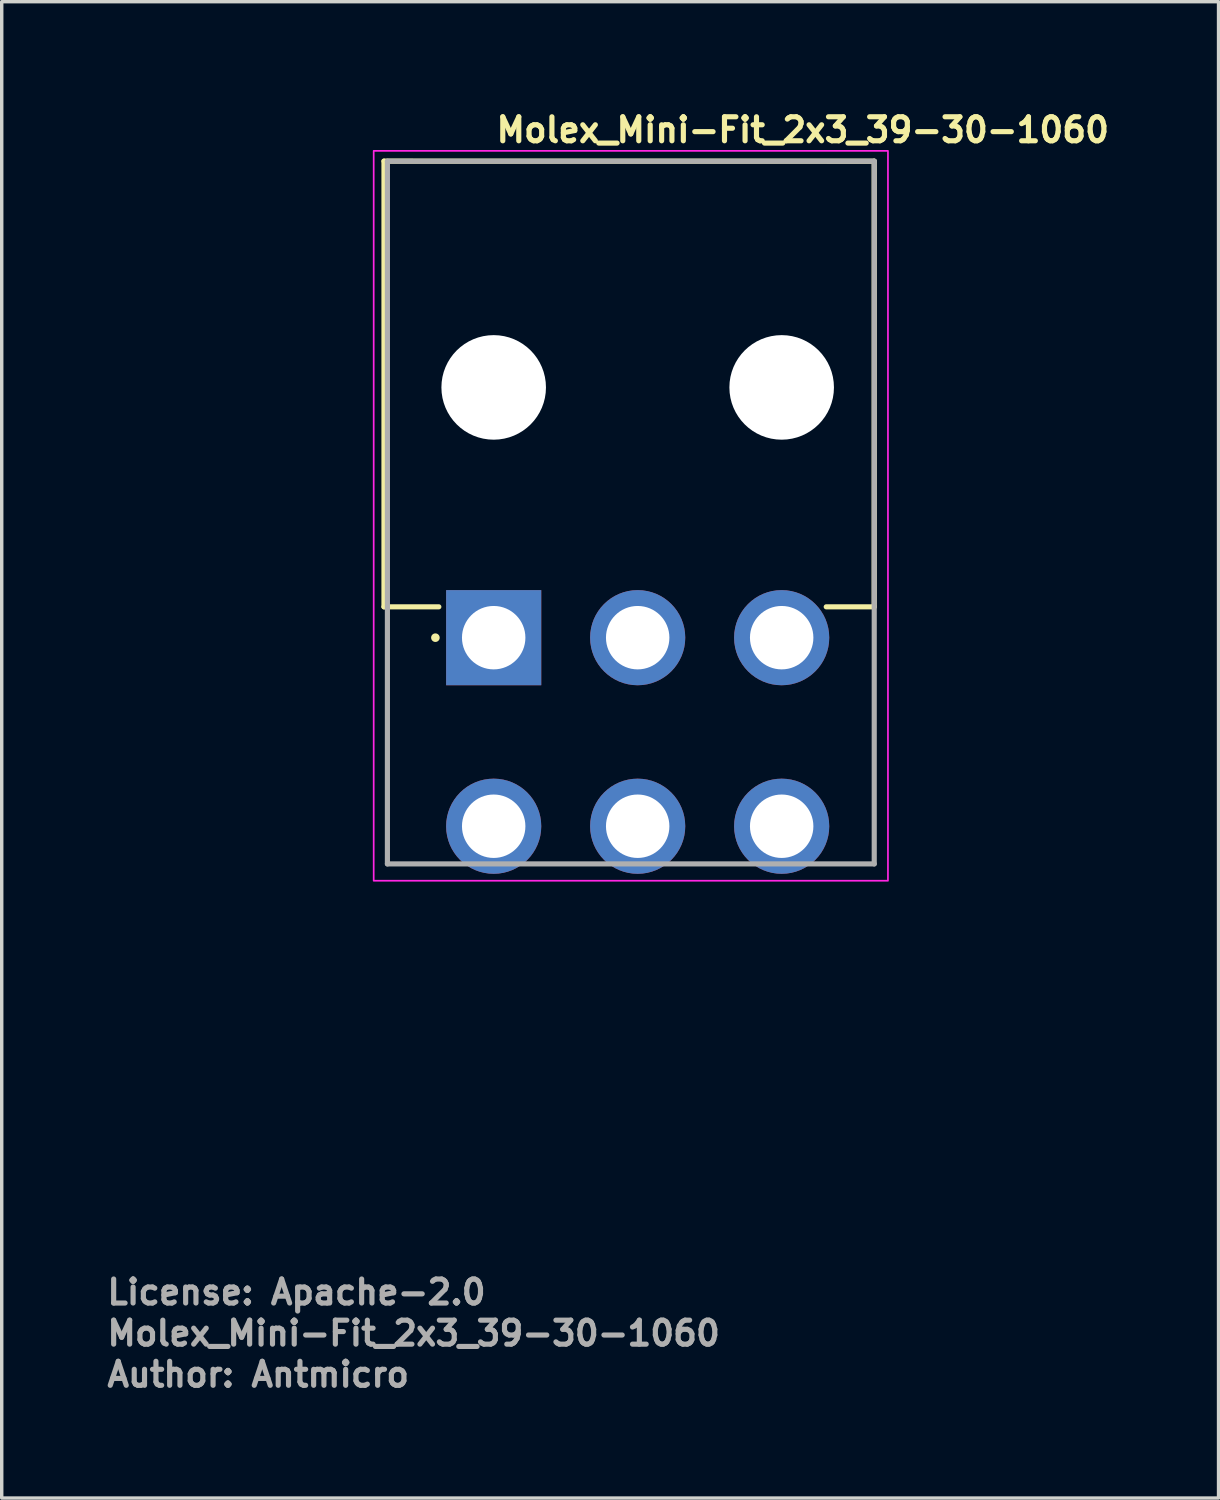
<source format=kicad_pcb>
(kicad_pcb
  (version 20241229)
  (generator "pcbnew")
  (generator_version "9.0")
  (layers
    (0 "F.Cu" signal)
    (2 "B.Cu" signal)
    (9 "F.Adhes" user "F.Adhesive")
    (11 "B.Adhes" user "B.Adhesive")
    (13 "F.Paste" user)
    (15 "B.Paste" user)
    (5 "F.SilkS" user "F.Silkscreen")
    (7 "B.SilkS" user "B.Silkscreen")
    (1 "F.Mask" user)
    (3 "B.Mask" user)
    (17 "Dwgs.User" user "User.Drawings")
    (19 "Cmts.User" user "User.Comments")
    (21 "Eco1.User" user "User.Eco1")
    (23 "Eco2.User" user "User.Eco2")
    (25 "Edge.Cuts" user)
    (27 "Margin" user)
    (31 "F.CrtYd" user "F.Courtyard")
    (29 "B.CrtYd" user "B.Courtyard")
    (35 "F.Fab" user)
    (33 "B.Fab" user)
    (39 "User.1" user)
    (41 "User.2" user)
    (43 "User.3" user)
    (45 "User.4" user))
  (footprint "Molex_Mini-Fit_2x3_39-30-1060"
    (layer "F.Cu")
    (at 11.35 15.55)
    (property "Reference" "Molex_Mini-Fit_2x3_39-30-1060" (at 0 -14.4 0) (layer "F.SilkS") (effects (font (size 0.7 0.7) (thickness 0.15)) (justify left bottom)))
    (attr through_hole)
    (fp_line (start -3.2 -13.9) (end -3.2 -0.9) (stroke (width 0.15) (type solid)) (layer "F.SilkS"))
    (fp_line (start -3.2 -0.9) (end -1.6 -0.9) (stroke (width 0.15) (type solid)) (layer "F.SilkS"))
    (fp_line (start 11.1 -13.898) (end -3.2 -13.9) (stroke (width 0.15) (type solid)) (layer "F.SilkS"))
    (fp_line (start 11.1 -0.9) (end 9.7 -0.9) (stroke (width 0.15) (type solid)) (layer "F.SilkS"))
    (fp_line (start 11.1 -0.9) (end 11.1 -13.898) (stroke (width 0.15) (type solid)) (layer "F.SilkS"))
    (fp_circle (center -1.7 0) (end -1.75 0) (stroke (width 0.15) (type solid)) (fill yes) (layer "F.SilkS"))
    (fp_rect (start 11.5 7.09) (end -3.5 -14.2) (stroke (width 0.05) (type solid)) (fill no) (layer "F.CrtYd"))
    (fp_line (start -3.1 -13.898) (end 11.1 -13.898) (stroke (width 0.15) (type solid)) (layer "F.Fab"))
    (fp_line (start -3.1 6.599) (end -3.1 -13.898) (stroke (width 0.15) (type solid)) (layer "F.Fab"))
    (fp_line (start 11.1 -13.898) (end 11.1 6.599) (stroke (width 0.15) (type solid)) (layer "F.Fab"))
    (fp_line (start 11.1 6.599) (end -3.1 6.599) (stroke (width 0.15) (type solid)) (layer "F.Fab"))
    (fp_rect (start 11.1 6.395) (end -3.1 -13.87) (stroke (width 0.1) (type solid)) (fill no) (layer "User.5"))
    (fp_line (start -3.1 -13.87) (end -3.1 -1.07) (stroke (width 0.02) (type solid)) (layer "User.9"))
    (fp_line (start -2.982 -13.87) (end -3.1 -13.87) (stroke (width 0.02) (type solid)) (layer "User.9"))
    (fp_line (start -2.982 -13.87) (end -2.982 -13.87) (stroke (width 0.02) (type solid)) (layer "User.9"))
    (fp_line (start -2.982 -1.07) (end -3.1 -1.07) (stroke (width 0.02) (type solid)) (layer "User.9"))
    (fp_line (start -2.982 -1.07) (end -2.982 -1.07) (stroke (width 0.02) (type solid)) (layer "User.9"))
    (fp_line (start -2.7 -13.87) (end -2.982 -13.87) (stroke (width 0.02) (type solid)) (layer "User.9"))
    (fp_line (start -2.7 -13.87) (end -2.612 -13.87) (stroke (width 0.02) (type solid)) (layer "User.9"))
    (fp_line (start -2.7 -1.07) (end -2.982 -1.07) (stroke (width 0.02) (type solid)) (layer "User.9"))
    (fp_line (start -2.7 -1.07) (end -2.7 -13.87) (stroke (width 0.02) (type solid)) (layer "User.9"))
    (fp_line (start -2.612 -13.87) (end -2.612 -13.87) (stroke (width 0.02) (type solid)) (layer "User.9"))
    (fp_line (start -2.612 -13.87) (end -2.399 -13.87) (stroke (width 0.02) (type solid)) (layer "User.9"))
    (fp_line (start -2.612 -1.07) (end -2.7 -1.07) (stroke (width 0.02) (type solid)) (layer "User.9"))
    (fp_line (start -2.612 -1.07) (end -2.612 -1.07) (stroke (width 0.02) (type solid)) (layer "User.9"))
    (fp_line (start -2.399 -1.07) (end -2.612 -1.07) (stroke (width 0.02) (type solid)) (layer "User.9"))
    (fp_line (start -0.899 -0.004) (end -0.898 0.052) (stroke (width 0.02) (type solid)) (layer "User.9"))
    (fp_line (start -0.899 5.495) (end -0.898 5.554) (stroke (width 0.02) (type solid)) (layer "User.9"))
    (fp_line (start -0.898 -0.058) (end -0.899 -0.004) (stroke (width 0.02) (type solid)) (layer "User.9"))
    (fp_line (start -0.898 0.052) (end -0.893 0.107) (stroke (width 0.02) (type solid)) (layer "User.9"))
    (fp_line (start -0.898 5.438) (end -0.899 5.495) (stroke (width 0.02) (type solid)) (layer "User.9"))
    (fp_line (start -0.898 5.554) (end -0.892 5.614) (stroke (width 0.02) (type solid)) (layer "User.9"))
    (fp_line (start -0.893 -0.111) (end -0.898 -0.058) (stroke (width 0.02) (type solid)) (layer "User.9"))
    (fp_line (start -0.893 0.107) (end -0.884 0.162) (stroke (width 0.02) (type solid)) (layer "User.9"))
    (fp_line (start -0.893 5.383) (end -0.898 5.438) (stroke (width 0.02) (type solid)) (layer "User.9"))
    (fp_line (start -0.892 5.614) (end -0.882 5.672) (stroke (width 0.02) (type solid)) (layer "User.9"))
    (fp_line (start -0.885 -0.163) (end -0.893 -0.111) (stroke (width 0.02) (type solid)) (layer "User.9"))
    (fp_line (start -0.884 0.162) (end -0.872 0.216) (stroke (width 0.02) (type solid)) (layer "User.9"))
    (fp_line (start -0.884 5.328) (end -0.893 5.383) (stroke (width 0.02) (type solid)) (layer "User.9"))
    (fp_line (start -0.882 5.672) (end -0.868 5.729) (stroke (width 0.02) (type solid)) (layer "User.9"))
    (fp_line (start -0.875 -0.214) (end -0.885 -0.163) (stroke (width 0.02) (type solid)) (layer "User.9"))
    (fp_line (start -0.872 0.216) (end -0.857 0.269) (stroke (width 0.02) (type solid)) (layer "User.9"))
    (fp_line (start -0.872 5.274) (end -0.884 5.328) (stroke (width 0.02) (type solid)) (layer "User.9"))
    (fp_line (start -0.868 5.729) (end -0.851 5.785) (stroke (width 0.02) (type solid)) (layer "User.9"))
    (fp_line (start -0.861 -0.265) (end -0.875 -0.214) (stroke (width 0.02) (type solid)) (layer "User.9"))
    (fp_line (start -0.857 0.269) (end -0.839 0.32) (stroke (width 0.02) (type solid)) (layer "User.9"))
    (fp_line (start -0.857 5.221) (end -0.872 5.274) (stroke (width 0.02) (type solid)) (layer "User.9"))
    (fp_line (start -0.851 5.785) (end -0.831 5.84) (stroke (width 0.02) (type solid)) (layer "User.9"))
    (fp_line (start -0.845 -0.314) (end -0.861 -0.265) (stroke (width 0.02) (type solid)) (layer "User.9"))
    (fp_line (start -0.839 0.32) (end -0.818 0.371) (stroke (width 0.02) (type solid)) (layer "User.9"))
    (fp_line (start -0.839 5.17) (end -0.857 5.221) (stroke (width 0.02) (type solid)) (layer "User.9"))
    (fp_line (start -0.831 5.84) (end -0.806 5.893) (stroke (width 0.02) (type solid)) (layer "User.9"))
    (fp_line (start -0.825 -0.363) (end -0.845 -0.314) (stroke (width 0.02) (type solid)) (layer "User.9"))
    (fp_line (start -0.818 0.371) (end -0.793 0.42) (stroke (width 0.02) (type solid)) (layer "User.9"))
    (fp_line (start -0.818 5.119) (end -0.839 5.17) (stroke (width 0.02) (type solid)) (layer "User.9"))
    (fp_line (start -0.806 5.893) (end -0.779 5.945) (stroke (width 0.02) (type solid)) (layer "User.9"))
    (fp_line (start -0.803 -0.41) (end -0.825 -0.363) (stroke (width 0.02) (type solid)) (layer "User.9"))
    (fp_line (start -0.793 0.42) (end -0.766 0.467) (stroke (width 0.02) (type solid)) (layer "User.9"))
    (fp_line (start -0.793 5.07) (end -0.818 5.119) (stroke (width 0.02) (type solid)) (layer "User.9"))
    (fp_line (start -0.779 5.945) (end -0.748 5.994) (stroke (width 0.02) (type solid)) (layer "User.9"))
    (fp_line (start -0.778 -0.456) (end -0.803 -0.41) (stroke (width 0.02) (type solid)) (layer "User.9"))
    (fp_line (start -0.766 0.467) (end -0.736 0.513) (stroke (width 0.02) (type solid)) (layer "User.9"))
    (fp_line (start -0.766 5.023) (end -0.793 5.07) (stroke (width 0.02) (type solid)) (layer "User.9"))
    (fp_line (start -0.751 -0.5) (end -0.778 -0.456) (stroke (width 0.02) (type solid)) (layer "User.9"))
    (fp_line (start -0.748 5.994) (end -0.714 6.041) (stroke (width 0.02) (type solid)) (layer "User.9"))
    (fp_line (start -0.736 0.513) (end -0.703 0.557) (stroke (width 0.02) (type solid)) (layer "User.9"))
    (fp_line (start -0.736 4.977) (end -0.766 5.023) (stroke (width 0.02) (type solid)) (layer "User.9"))
    (fp_line (start -0.721 -0.543) (end -0.751 -0.5) (stroke (width 0.02) (type solid)) (layer "User.9"))
    (fp_line (start -0.714 6.041) (end -0.677 6.087) (stroke (width 0.02) (type solid)) (layer "User.9"))
    (fp_line (start -0.703 0.557) (end -0.667 0.599) (stroke (width 0.02) (type solid)) (layer "User.9"))
    (fp_line (start -0.703 4.933) (end -0.736 4.977) (stroke (width 0.02) (type solid)) (layer "User.9"))
    (fp_line (start -0.688 -0.584) (end -0.721 -0.543) (stroke (width 0.02) (type solid)) (layer "User.9"))
    (fp_line (start -0.677 6.087) (end -0.637 6.13) (stroke (width 0.02) (type solid)) (layer "User.9"))
    (fp_line (start -0.667 0.599) (end -0.629 0.639) (stroke (width 0.02) (type solid)) (layer "User.9"))
    (fp_line (start -0.667 4.891) (end -0.703 4.933) (stroke (width 0.02) (type solid)) (layer "User.9"))
    (fp_line (start -0.653 -0.623) (end -0.688 -0.584) (stroke (width 0.02) (type solid)) (layer "User.9"))
    (fp_line (start -0.637 6.13) (end -0.594 6.17) (stroke (width 0.02) (type solid)) (layer "User.9"))
    (fp_line (start -0.629 0.639) (end -0.588 0.676) (stroke (width 0.02) (type solid)) (layer "User.9"))
    (fp_line (start -0.629 4.851) (end -0.667 4.891) (stroke (width 0.02) (type solid)) (layer "User.9"))
    (fp_line (start -0.616 -0.66) (end -0.653 -0.623) (stroke (width 0.02) (type solid)) (layer "User.9"))
    (fp_line (start -0.594 6.17) (end -0.549 6.207) (stroke (width 0.02) (type solid)) (layer "User.9"))
    (fp_line (start -0.588 0.676) (end -0.545 0.711) (stroke (width 0.02) (type solid)) (layer "User.9"))
    (fp_line (start -0.588 4.814) (end -0.629 4.851) (stroke (width 0.02) (type solid)) (layer "User.9"))
    (fp_line (start -0.576 -0.695) (end -0.616 -0.66) (stroke (width 0.02) (type solid)) (layer "User.9"))
    (fp_line (start -0.549 6.207) (end -0.5 6.242) (stroke (width 0.02) (type solid)) (layer "User.9"))
    (fp_line (start -0.545 0.711) (end -0.5 0.744) (stroke (width 0.02) (type solid)) (layer "User.9"))
    (fp_line (start -0.545 4.779) (end -0.588 4.814) (stroke (width 0.02) (type solid)) (layer "User.9"))
    (fp_line (start -0.535 -1.07) (end -0.535 -0.805) (stroke (width 0.02) (type solid)) (layer "User.9"))
    (fp_line (start -0.535 -0.805) (end -0.535 -0.352) (stroke (width 0.02) (type solid)) (layer "User.9"))
    (fp_line (start -0.535 -0.728) (end -0.576 -0.695) (stroke (width 0.02) (type solid)) (layer "User.9"))
    (fp_line (start -0.535 -0.352) (end -0.535 -0.352) (stroke (width 0.02) (type solid)) (layer "User.9"))
    (fp_line (start -0.535 -0.352) (end -0.535 -0.076) (stroke (width 0.02) (type solid)) (layer "User.9"))
    (fp_line (start -0.535 -0.076) (end -0.535 -0.076) (stroke (width 0.02) (type solid)) (layer "User.9"))
    (fp_line (start -0.535 -0.076) (end -0.535 0.05) (stroke (width 0.02) (type solid)) (layer "User.9"))
    (fp_line (start -0.535 0.05) (end -0.535 0.05) (stroke (width 0.02) (type solid)) (layer "User.9"))
    (fp_line (start -0.535 0.05) (end -0.535 0.164) (stroke (width 0.02) (type solid)) (layer "User.9"))
    (fp_line (start -0.535 0.164) (end -0.535 0.164) (stroke (width 0.02) (type solid)) (layer "User.9"))
    (fp_line (start -0.535 0.164) (end -0.535 0.267) (stroke (width 0.02) (type solid)) (layer "User.9"))
    (fp_line (start -0.535 0.267) (end -0.535 0.267) (stroke (width 0.02) (type solid)) (layer "User.9"))
    (fp_line (start -0.535 0.267) (end -0.535 0.356) (stroke (width 0.02) (type solid)) (layer "User.9"))
    (fp_line (start -0.535 0.356) (end -0.535 0.356) (stroke (width 0.02) (type solid)) (layer "User.9"))
    (fp_line (start -0.535 0.356) (end -0.535 0.43) (stroke (width 0.02) (type solid)) (layer "User.9"))
    (fp_line (start -0.535 0.43) (end -0.535 0.43) (stroke (width 0.02) (type solid)) (layer "User.9"))
    (fp_line (start -0.535 0.43) (end -0.535 0.489) (stroke (width 0.02) (type solid)) (layer "User.9"))
    (fp_line (start -0.535 0.489) (end -0.535 0.489) (stroke (width 0.02) (type solid)) (layer "User.9"))
    (fp_line (start -0.535 0.489) (end -0.535 0.531) (stroke (width 0.02) (type solid)) (layer "User.9"))
    (fp_line (start -0.535 0.531) (end -0.535 0.531) (stroke (width 0.02) (type solid)) (layer "User.9"))
    (fp_line (start -0.535 0.531) (end -0.535 0.557) (stroke (width 0.02) (type solid)) (layer "User.9"))
    (fp_line (start -0.535 0.557) (end -0.535 0.557) (stroke (width 0.02) (type solid)) (layer "User.9"))
    (fp_line (start -0.535 0.557) (end -0.535 0.565) (stroke (width 0.02) (type solid)) (layer "User.9"))
    (fp_line (start -0.535 0.565) (end -0.5 0.565) (stroke (width 0.02) (type solid)) (layer "User.9"))
    (fp_line (start -0.5 -1.07) (end -0.5 4.495) (stroke (width 0.02) (type solid)) (layer "User.9"))
    (fp_line (start -0.5 4.495) (end -0.5 5.013) (stroke (width 0.02) (type solid)) (layer "User.9"))
    (fp_line (start -0.5 4.746) (end -0.545 4.779) (stroke (width 0.02) (type solid)) (layer "User.9"))
    (fp_line (start -0.5 5.013) (end -0.5 5.013) (stroke (width 0.02) (type solid)) (layer "User.9"))
    (fp_line (start -0.5 5.013) (end -0.5 5.176) (stroke (width 0.02) (type solid)) (layer "User.9"))
    (fp_line (start -0.5 5.176) (end -0.5 5.176) (stroke (width 0.02) (type solid)) (layer "User.9"))
    (fp_line (start -0.5 5.176) (end -0.5 5.33) (stroke (width 0.02) (type solid)) (layer "User.9"))
    (fp_line (start -0.5 5.33) (end -0.5 5.33) (stroke (width 0.02) (type solid)) (layer "User.9"))
    (fp_line (start -0.5 5.33) (end -0.5 5.473) (stroke (width 0.02) (type solid)) (layer "User.9"))
    (fp_line (start -0.5 5.473) (end -0.5 5.473) (stroke (width 0.02) (type solid)) (layer "User.9"))
    (fp_line (start -0.5 5.473) (end -0.5 5.605) (stroke (width 0.02) (type solid)) (layer "User.9"))
    (fp_line (start -0.5 5.605) (end -0.5 5.605) (stroke (width 0.02) (type solid)) (layer "User.9"))
    (fp_line (start -0.5 5.605) (end -0.5 5.722) (stroke (width 0.02) (type solid)) (layer "User.9"))
    (fp_line (start -0.5 5.722) (end -0.5 5.722) (stroke (width 0.02) (type solid)) (layer "User.9"))
    (fp_line (start -0.5 5.722) (end -0.5 5.824) (stroke (width 0.02) (type solid)) (layer "User.9"))
    (fp_line (start -0.5 5.824) (end -0.5 5.824) (stroke (width 0.02) (type solid)) (layer "User.9"))
    (fp_line (start -0.5 5.824) (end -0.5 5.909) (stroke (width 0.02) (type solid)) (layer "User.9"))
    (fp_line (start -0.5 5.909) (end -0.5 5.909) (stroke (width 0.02) (type solid)) (layer "User.9"))
    (fp_line (start -0.5 5.909) (end -0.5 5.976) (stroke (width 0.02) (type solid)) (layer "User.9"))
    (fp_line (start -0.5 5.976) (end -0.5 5.976) (stroke (width 0.02) (type solid)) (layer "User.9"))
    (fp_line (start -0.5 5.976) (end -0.5 6.025) (stroke (width 0.02) (type solid)) (layer "User.9"))
    (fp_line (start -0.5 6.025) (end -0.5 6.025) (stroke (width 0.02) (type solid)) (layer "User.9"))
    (fp_line (start -0.5 6.025) (end -0.5 6.055) (stroke (width 0.02) (type solid)) (layer "User.9"))
    (fp_line (start -0.5 6.055) (end -0.5 6.055) (stroke (width 0.02) (type solid)) (layer "User.9"))
    (fp_line (start -0.5 6.055) (end -0.5 6.065) (stroke (width 0.02) (type solid)) (layer "User.9"))
    (fp_line (start -0.5 6.065) (end 0.5 6.065) (stroke (width 0.02) (type solid)) (layer "User.9"))
    (fp_line (start -0.5 6.242) (end -0.45 6.274) (stroke (width 0.02) (type solid)) (layer "User.9"))
    (fp_line (start -0.45 6.274) (end -0.45 6.274) (stroke (width 0.02) (type solid)) (layer "User.9"))
    (fp_line (start -0.45 6.274) (end -0.397 6.302) (stroke (width 0.02) (type solid)) (layer "User.9"))
    (fp_line (start -0.397 6.302) (end -0.342 6.327) (stroke (width 0.02) (type solid)) (layer "User.9"))
    (fp_line (start -0.342 6.327) (end -0.287 6.347) (stroke (width 0.02) (type solid)) (layer "User.9"))
    (fp_line (start -0.287 6.347) (end -0.231 6.364) (stroke (width 0.02) (type solid)) (layer "User.9"))
    (fp_line (start -0.231 6.364) (end -0.173 6.378) (stroke (width 0.02) (type solid)) (layer "User.9"))
    (fp_line (start -0.173 6.378) (end -0.116 6.387) (stroke (width 0.02) (type solid)) (layer "User.9"))
    (fp_line (start -0.116 6.387) (end -0.058 6.393) (stroke (width 0.02) (type solid)) (layer "User.9"))
    (fp_line (start -0.058 6.393) (end 0 6.395) (stroke (width 0.02) (type solid)) (layer "User.9"))
    (fp_line (start 0 6.395) (end 0.059 6.393) (stroke (width 0.02) (type solid)) (layer "User.9"))
    (fp_line (start 0.059 6.393) (end 0.117 6.387) (stroke (width 0.02) (type solid)) (layer "User.9"))
    (fp_line (start 0.117 6.387) (end 0.175 6.378) (stroke (width 0.02) (type solid)) (layer "User.9"))
    (fp_line (start 0.175 6.378) (end 0.232 6.364) (stroke (width 0.02) (type solid)) (layer "User.9"))
    (fp_line (start 0.232 6.364) (end 0.288 6.347) (stroke (width 0.02) (type solid)) (layer "User.9"))
    (fp_line (start 0.288 6.347) (end 0.343 6.327) (stroke (width 0.02) (type solid)) (layer "User.9"))
    (fp_line (start 0.343 6.327) (end 0.398 6.302) (stroke (width 0.02) (type solid)) (layer "User.9"))
    (fp_line (start 0.398 6.302) (end 0.45 6.274) (stroke (width 0.02) (type solid)) (layer "User.9"))
    (fp_line (start 0.45 6.274) (end 0.45 6.274) (stroke (width 0.02) (type solid)) (layer "User.9"))
    (fp_line (start 0.45 6.274) (end 0.476 6.258) (stroke (width 0.02) (type solid)) (layer "User.9"))
    (fp_line (start 0.476 6.258) (end 0.501 6.242) (stroke (width 0.02) (type solid)) (layer "User.9"))
    (fp_line (start 0.5 -1.07) (end 0.5 4.495) (stroke (width 0.02) (type solid)) (layer "User.9"))
    (fp_line (start 0.5 0.565) (end 0.535 0.565) (stroke (width 0.02) (type solid)) (layer "User.9"))
    (fp_line (start 0.5 0.744) (end 0.546 0.711) (stroke (width 0.02) (type solid)) (layer "User.9"))
    (fp_line (start 0.5 4.495) (end 0.5 5.013) (stroke (width 0.02) (type solid)) (layer "User.9"))
    (fp_line (start 0.5 5.013) (end 0.5 5.013) (stroke (width 0.02) (type solid)) (layer "User.9"))
    (fp_line (start 0.5 5.013) (end 0.5 5.176) (stroke (width 0.02) (type solid)) (layer "User.9"))
    (fp_line (start 0.5 5.176) (end 0.5 5.176) (stroke (width 0.02) (type solid)) (layer "User.9"))
    (fp_line (start 0.5 5.176) (end 0.5 5.33) (stroke (width 0.02) (type solid)) (layer "User.9"))
    (fp_line (start 0.5 5.33) (end 0.5 5.33) (stroke (width 0.02) (type solid)) (layer "User.9"))
    (fp_line (start 0.5 5.33) (end 0.5 5.473) (stroke (width 0.02) (type solid)) (layer "User.9"))
    (fp_line (start 0.5 5.473) (end 0.5 5.473) (stroke (width 0.02) (type solid)) (layer "User.9"))
    (fp_line (start 0.5 5.473) (end 0.5 5.605) (stroke (width 0.02) (type solid)) (layer "User.9"))
    (fp_line (start 0.5 5.605) (end 0.5 5.605) (stroke (width 0.02) (type solid)) (layer "User.9"))
    (fp_line (start 0.5 5.605) (end 0.5 5.722) (stroke (width 0.02) (type solid)) (layer "User.9"))
    (fp_line (start 0.5 5.722) (end 0.5 5.722) (stroke (width 0.02) (type solid)) (layer "User.9"))
    (fp_line (start 0.5 5.722) (end 0.5 5.824) (stroke (width 0.02) (type solid)) (layer "User.9"))
    (fp_line (start 0.5 5.824) (end 0.5 5.824) (stroke (width 0.02) (type solid)) (layer "User.9"))
    (fp_line (start 0.5 5.824) (end 0.5 5.909) (stroke (width 0.02) (type solid)) (layer "User.9"))
    (fp_line (start 0.5 5.909) (end 0.5 5.909) (stroke (width 0.02) (type solid)) (layer "User.9"))
    (fp_line (start 0.5 5.909) (end 0.5 5.976) (stroke (width 0.02) (type solid)) (layer "User.9"))
    (fp_line (start 0.5 5.976) (end 0.5 5.976) (stroke (width 0.02) (type solid)) (layer "User.9"))
    (fp_line (start 0.5 5.976) (end 0.5 6.025) (stroke (width 0.02) (type solid)) (layer "User.9"))
    (fp_line (start 0.5 6.025) (end 0.5 6.025) (stroke (width 0.02) (type solid)) (layer "User.9"))
    (fp_line (start 0.5 6.025) (end 0.5 6.055) (stroke (width 0.02) (type solid)) (layer "User.9"))
    (fp_line (start 0.5 6.055) (end 0.5 6.055) (stroke (width 0.02) (type solid)) (layer "User.9"))
    (fp_line (start 0.5 6.055) (end 0.5 6.065) (stroke (width 0.02) (type solid)) (layer "User.9"))
    (fp_line (start 0.501 6.242) (end 0.526 6.225) (stroke (width 0.02) (type solid)) (layer "User.9"))
    (fp_line (start 0.526 6.225) (end 0.55 6.207) (stroke (width 0.02) (type solid)) (layer "User.9"))
    (fp_line (start 0.535 -1.07) (end 0.535 -0.805) (stroke (width 0.02) (type solid)) (layer "User.9"))
    (fp_line (start 0.535 -0.805) (end 0.535 -0.352) (stroke (width 0.02) (type solid)) (layer "User.9"))
    (fp_line (start 0.535 -0.352) (end 0.535 -0.352) (stroke (width 0.02) (type solid)) (layer "User.9"))
    (fp_line (start 0.535 -0.352) (end 0.535 -0.076) (stroke (width 0.02) (type solid)) (layer "User.9"))
    (fp_line (start 0.535 -0.076) (end 0.535 -0.076) (stroke (width 0.02) (type solid)) (layer "User.9"))
    (fp_line (start 0.535 -0.076) (end 0.535 0.05) (stroke (width 0.02) (type solid)) (layer "User.9"))
    (fp_line (start 0.535 0.05) (end 0.535 0.05) (stroke (width 0.02) (type solid)) (layer "User.9"))
    (fp_line (start 0.535 0.05) (end 0.535 0.164) (stroke (width 0.02) (type solid)) (layer "User.9"))
    (fp_line (start 0.535 0.164) (end 0.535 0.164) (stroke (width 0.02) (type solid)) (layer "User.9"))
    (fp_line (start 0.535 0.164) (end 0.535 0.267) (stroke (width 0.02) (type solid)) (layer "User.9"))
    (fp_line (start 0.535 0.267) (end 0.535 0.267) (stroke (width 0.02) (type solid)) (layer "User.9"))
    (fp_line (start 0.535 0.267) (end 0.535 0.356) (stroke (width 0.02) (type solid)) (layer "User.9"))
    (fp_line (start 0.535 0.356) (end 0.535 0.356) (stroke (width 0.02) (type solid)) (layer "User.9"))
    (fp_line (start 0.535 0.356) (end 0.535 0.43) (stroke (width 0.02) (type solid)) (layer "User.9"))
    (fp_line (start 0.535 0.43) (end 0.535 0.43) (stroke (width 0.02) (type solid)) (layer "User.9"))
    (fp_line (start 0.535 0.43) (end 0.535 0.489) (stroke (width 0.02) (type solid)) (layer "User.9"))
    (fp_line (start 0.535 0.489) (end 0.535 0.489) (stroke (width 0.02) (type solid)) (layer "User.9"))
    (fp_line (start 0.535 0.489) (end 0.535 0.531) (stroke (width 0.02) (type solid)) (layer "User.9"))
    (fp_line (start 0.535 0.531) (end 0.535 0.531) (stroke (width 0.02) (type solid)) (layer "User.9"))
    (fp_line (start 0.535 0.531) (end 0.535 0.557) (stroke (width 0.02) (type solid)) (layer "User.9"))
    (fp_line (start 0.535 0.557) (end 0.535 0.557) (stroke (width 0.02) (type solid)) (layer "User.9"))
    (fp_line (start 0.535 0.557) (end 0.535 0.565) (stroke (width 0.02) (type solid)) (layer "User.9"))
    (fp_line (start 0.546 0.711) (end 0.589 0.676) (stroke (width 0.02) (type solid)) (layer "User.9"))
    (fp_line (start 0.546 4.779) (end 0.501 4.746) (stroke (width 0.02) (type solid)) (layer "User.9"))
    (fp_line (start 0.55 6.207) (end 0.573 6.189) (stroke (width 0.02) (type solid)) (layer "User.9"))
    (fp_line (start 0.573 6.189) (end 0.595 6.17) (stroke (width 0.02) (type solid)) (layer "User.9"))
    (fp_line (start 0.577 -0.695) (end 0.536 -0.728) (stroke (width 0.02) (type solid)) (layer "User.9"))
    (fp_line (start 0.589 0.676) (end 0.63 0.639) (stroke (width 0.02) (type solid)) (layer "User.9"))
    (fp_line (start 0.589 4.814) (end 0.546 4.779) (stroke (width 0.02) (type solid)) (layer "User.9"))
    (fp_line (start 0.595 6.17) (end 0.617 6.15) (stroke (width 0.02) (type solid)) (layer "User.9"))
    (fp_line (start 0.617 -0.66) (end 0.577 -0.695) (stroke (width 0.02) (type solid)) (layer "User.9"))
    (fp_line (start 0.617 6.15) (end 0.638 6.13) (stroke (width 0.02) (type solid)) (layer "User.9"))
    (fp_line (start 0.63 0.639) (end 0.668 0.599) (stroke (width 0.02) (type solid)) (layer "User.9"))
    (fp_line (start 0.63 4.851) (end 0.589 4.814) (stroke (width 0.02) (type solid)) (layer "User.9"))
    (fp_line (start 0.638 6.13) (end 0.659 6.108) (stroke (width 0.02) (type solid)) (layer "User.9"))
    (fp_line (start 0.654 -0.623) (end 0.617 -0.66) (stroke (width 0.02) (type solid)) (layer "User.9"))
    (fp_line (start 0.659 6.108) (end 0.678 6.087) (stroke (width 0.02) (type solid)) (layer "User.9"))
    (fp_line (start 0.668 0.599) (end 0.704 0.557) (stroke (width 0.02) (type solid)) (layer "User.9"))
    (fp_line (start 0.668 4.891) (end 0.63 4.851) (stroke (width 0.02) (type solid)) (layer "User.9"))
    (fp_line (start 0.678 6.087) (end 0.697 6.064) (stroke (width 0.02) (type solid)) (layer "User.9"))
    (fp_line (start 0.689 -0.584) (end 0.654 -0.623) (stroke (width 0.02) (type solid)) (layer "User.9"))
    (fp_line (start 0.697 6.064) (end 0.715 6.041) (stroke (width 0.02) (type solid)) (layer "User.9"))
    (fp_line (start 0.704 0.557) (end 0.737 0.513) (stroke (width 0.02) (type solid)) (layer "User.9"))
    (fp_line (start 0.704 4.933) (end 0.668 4.891) (stroke (width 0.02) (type solid)) (layer "User.9"))
    (fp_line (start 0.715 6.041) (end 0.733 6.018) (stroke (width 0.02) (type solid)) (layer "User.9"))
    (fp_line (start 0.722 -0.543) (end 0.689 -0.584) (stroke (width 0.02) (type solid)) (layer "User.9"))
    (fp_line (start 0.733 6.018) (end 0.749 5.994) (stroke (width 0.02) (type solid)) (layer "User.9"))
    (fp_line (start 0.737 0.513) (end 0.767 0.467) (stroke (width 0.02) (type solid)) (layer "User.9"))
    (fp_line (start 0.737 4.977) (end 0.704 4.933) (stroke (width 0.02) (type solid)) (layer "User.9"))
    (fp_line (start 0.749 5.994) (end 0.765 5.969) (stroke (width 0.02) (type solid)) (layer "User.9"))
    (fp_line (start 0.752 -0.5) (end 0.722 -0.543) (stroke (width 0.02) (type solid)) (layer "User.9"))
    (fp_line (start 0.765 5.969) (end 0.78 5.945) (stroke (width 0.02) (type solid)) (layer "User.9"))
    (fp_line (start 0.767 0.467) (end 0.794 0.42) (stroke (width 0.02) (type solid)) (layer "User.9"))
    (fp_line (start 0.767 5.023) (end 0.737 4.977) (stroke (width 0.02) (type solid)) (layer "User.9"))
    (fp_line (start 0.779 -0.456) (end 0.752 -0.5) (stroke (width 0.02) (type solid)) (layer "User.9"))
    (fp_line (start 0.78 5.945) (end 0.794 5.919) (stroke (width 0.02) (type solid)) (layer "User.9"))
    (fp_line (start 0.794 0.42) (end 0.819 0.371) (stroke (width 0.02) (type solid)) (layer "User.9"))
    (fp_line (start 0.794 5.07) (end 0.767 5.023) (stroke (width 0.02) (type solid)) (layer "User.9"))
    (fp_line (start 0.794 5.919) (end 0.807 5.893) (stroke (width 0.02) (type solid)) (layer "User.9"))
    (fp_line (start 0.804 -0.41) (end 0.779 -0.456) (stroke (width 0.02) (type solid)) (layer "User.9"))
    (fp_line (start 0.807 5.893) (end 0.82 5.867) (stroke (width 0.02) (type solid)) (layer "User.9"))
    (fp_line (start 0.819 0.371) (end 0.84 0.32) (stroke (width 0.02) (type solid)) (layer "User.9"))
    (fp_line (start 0.819 5.119) (end 0.794 5.07) (stroke (width 0.02) (type solid)) (layer "User.9"))
    (fp_line (start 0.82 5.867) (end 0.832 5.84) (stroke (width 0.02) (type solid)) (layer "User.9"))
    (fp_line (start 0.826 -0.363) (end 0.804 -0.41) (stroke (width 0.02) (type solid)) (layer "User.9"))
    (fp_line (start 0.832 5.84) (end 0.842 5.813) (stroke (width 0.02) (type solid)) (layer "User.9"))
    (fp_line (start 0.84 0.32) (end 0.858 0.269) (stroke (width 0.02) (type solid)) (layer "User.9"))
    (fp_line (start 0.84 5.17) (end 0.819 5.119) (stroke (width 0.02) (type solid)) (layer "User.9"))
    (fp_line (start 0.842 5.813) (end 0.852 5.785) (stroke (width 0.02) (type solid)) (layer "User.9"))
    (fp_line (start 0.846 -0.314) (end 0.826 -0.363) (stroke (width 0.02) (type solid)) (layer "User.9"))
    (fp_line (start 0.852 5.785) (end 0.861 5.758) (stroke (width 0.02) (type solid)) (layer "User.9"))
    (fp_line (start 0.858 0.269) (end 0.873 0.216) (stroke (width 0.02) (type solid)) (layer "User.9"))
    (fp_line (start 0.858 5.221) (end 0.84 5.17) (stroke (width 0.02) (type solid)) (layer "User.9"))
    (fp_line (start 0.861 5.758) (end 0.869 5.729) (stroke (width 0.02) (type solid)) (layer "User.9"))
    (fp_line (start 0.862 -0.265) (end 0.846 -0.314) (stroke (width 0.02) (type solid)) (layer "User.9"))
    (fp_line (start 0.869 5.729) (end 0.877 5.701) (stroke (width 0.02) (type solid)) (layer "User.9"))
    (fp_line (start 0.873 0.216) (end 0.885 0.162) (stroke (width 0.02) (type solid)) (layer "User.9"))
    (fp_line (start 0.873 5.274) (end 0.858 5.221) (stroke (width 0.02) (type solid)) (layer "User.9"))
    (fp_line (start 0.876 -0.214) (end 0.862 -0.265) (stroke (width 0.02) (type solid)) (layer "User.9"))
    (fp_line (start 0.877 5.701) (end 0.883 5.672) (stroke (width 0.02) (type solid)) (layer "User.9"))
    (fp_line (start 0.883 5.672) (end 0.888 5.643) (stroke (width 0.02) (type solid)) (layer "User.9"))
    (fp_line (start 0.885 0.162) (end 0.894 0.107) (stroke (width 0.02) (type solid)) (layer "User.9"))
    (fp_line (start 0.885 5.328) (end 0.873 5.274) (stroke (width 0.02) (type solid)) (layer "User.9"))
    (fp_line (start 0.886 -0.163) (end 0.876 -0.214) (stroke (width 0.02) (type solid)) (layer "User.9"))
    (fp_line (start 0.888 5.643) (end 0.893 5.614) (stroke (width 0.02) (type solid)) (layer "User.9"))
    (fp_line (start 0.893 5.614) (end 0.896 5.584) (stroke (width 0.02) (type solid)) (layer "User.9"))
    (fp_line (start 0.894 -0.111) (end 0.886 -0.163) (stroke (width 0.02) (type solid)) (layer "User.9"))
    (fp_line (start 0.894 0.107) (end 0.899 0.052) (stroke (width 0.02) (type solid)) (layer "User.9"))
    (fp_line (start 0.894 5.383) (end 0.885 5.328) (stroke (width 0.02) (type solid)) (layer "User.9"))
    (fp_line (start 0.896 5.584) (end 0.899 5.554) (stroke (width 0.02) (type solid)) (layer "User.9"))
    (fp_line (start 0.899 -0.058) (end 0.894 -0.111) (stroke (width 0.02) (type solid)) (layer "User.9"))
    (fp_line (start 0.899 0.052) (end 0.901 -0.004) (stroke (width 0.02) (type solid)) (layer "User.9"))
    (fp_line (start 0.899 5.438) (end 0.894 5.383) (stroke (width 0.02) (type solid)) (layer "User.9"))
    (fp_line (start 0.899 5.554) (end 0.9 5.525) (stroke (width 0.02) (type solid)) (layer "User.9"))
    (fp_line (start 0.9 5.525) (end 0.901 5.495) (stroke (width 0.02) (type solid)) (layer "User.9"))
    (fp_line (start 0.901 -0.004) (end 0.899 -0.058) (stroke (width 0.02) (type solid)) (layer "User.9"))
    (fp_line (start 0.901 5.495) (end 0.899 5.438) (stroke (width 0.02) (type solid)) (layer "User.9"))
    (fp_line (start 2.5 -13.87) (end -2.399 -13.87) (stroke (width 0.02) (type solid)) (layer "User.9"))
    (fp_line (start 2.5 -11.52) (end 2.5 -13.87) (stroke (width 0.02) (type solid)) (layer "User.9"))
    (fp_line (start 2.5 -10.697) (end 2.5 -11.52) (stroke (width 0.02) (type solid)) (layer "User.9"))
    (fp_line (start 3.3 -0.004) (end 3.302 0.052) (stroke (width 0.02) (type solid)) (layer "User.9"))
    (fp_line (start 3.3 5.495) (end 3.302 5.554) (stroke (width 0.02) (type solid)) (layer "User.9"))
    (fp_line (start 3.302 -0.058) (end 3.3 -0.004) (stroke (width 0.02) (type solid)) (layer "User.9"))
    (fp_line (start 3.302 0.052) (end 3.307 0.107) (stroke (width 0.02) (type solid)) (layer "User.9"))
    (fp_line (start 3.302 5.438) (end 3.3 5.495) (stroke (width 0.02) (type solid)) (layer "User.9"))
    (fp_line (start 3.302 5.554) (end 3.308 5.614) (stroke (width 0.02) (type solid)) (layer "User.9"))
    (fp_line (start 3.307 -0.111) (end 3.302 -0.058) (stroke (width 0.02) (type solid)) (layer "User.9"))
    (fp_line (start 3.307 0.107) (end 3.316 0.162) (stroke (width 0.02) (type solid)) (layer "User.9"))
    (fp_line (start 3.307 5.383) (end 3.302 5.438) (stroke (width 0.02) (type solid)) (layer "User.9"))
    (fp_line (start 3.308 5.614) (end 3.318 5.672) (stroke (width 0.02) (type solid)) (layer "User.9"))
    (fp_line (start 3.315 -0.163) (end 3.307 -0.111) (stroke (width 0.02) (type solid)) (layer "User.9"))
    (fp_line (start 3.316 0.162) (end 3.328 0.216) (stroke (width 0.02) (type solid)) (layer "User.9"))
    (fp_line (start 3.316 5.328) (end 3.307 5.383) (stroke (width 0.02) (type solid)) (layer "User.9"))
    (fp_line (start 3.318 5.672) (end 3.332 5.729) (stroke (width 0.02) (type solid)) (layer "User.9"))
    (fp_line (start 3.325 -0.214) (end 3.315 -0.163) (stroke (width 0.02) (type solid)) (layer "User.9"))
    (fp_line (start 3.328 0.216) (end 3.343 0.269) (stroke (width 0.02) (type solid)) (layer "User.9"))
    (fp_line (start 3.328 5.274) (end 3.316 5.328) (stroke (width 0.02) (type solid)) (layer "User.9"))
    (fp_line (start 3.332 5.729) (end 3.349 5.785) (stroke (width 0.02) (type solid)) (layer "User.9"))
    (fp_line (start 3.339 -0.265) (end 3.325 -0.214) (stroke (width 0.02) (type solid)) (layer "User.9"))
    (fp_line (start 3.343 0.269) (end 3.361 0.32) (stroke (width 0.02) (type solid)) (layer "User.9"))
    (fp_line (start 3.343 5.221) (end 3.328 5.274) (stroke (width 0.02) (type solid)) (layer "User.9"))
    (fp_line (start 3.349 5.785) (end 3.369 5.84) (stroke (width 0.02) (type solid)) (layer "User.9"))
    (fp_line (start 3.355 -0.314) (end 3.339 -0.265) (stroke (width 0.02) (type solid)) (layer "User.9"))
    (fp_line (start 3.361 0.32) (end 3.382 0.371) (stroke (width 0.02) (type solid)) (layer "User.9"))
    (fp_line (start 3.361 5.17) (end 3.343 5.221) (stroke (width 0.02) (type solid)) (layer "User.9"))
    (fp_line (start 3.369 5.84) (end 3.394 5.893) (stroke (width 0.02) (type solid)) (layer "User.9"))
    (fp_line (start 3.375 -0.363) (end 3.355 -0.314) (stroke (width 0.02) (type solid)) (layer "User.9"))
    (fp_line (start 3.382 0.371) (end 3.407 0.42) (stroke (width 0.02) (type solid)) (layer "User.9"))
    (fp_line (start 3.382 5.119) (end 3.361 5.17) (stroke (width 0.02) (type solid)) (layer "User.9"))
    (fp_line (start 3.394 5.893) (end 3.421 5.945) (stroke (width 0.02) (type solid)) (layer "User.9"))
    (fp_line (start 3.397 -0.41) (end 3.375 -0.363) (stroke (width 0.02) (type solid)) (layer "User.9"))
    (fp_line (start 3.407 0.42) (end 3.434 0.467) (stroke (width 0.02) (type solid)) (layer "User.9"))
    (fp_line (start 3.407 5.07) (end 3.382 5.119) (stroke (width 0.02) (type solid)) (layer "User.9"))
    (fp_line (start 3.421 5.945) (end 3.452 5.994) (stroke (width 0.02) (type solid)) (layer "User.9"))
    (fp_line (start 3.422 -0.456) (end 3.397 -0.41) (stroke (width 0.02) (type solid)) (layer "User.9"))
    (fp_line (start 3.434 0.467) (end 3.464 0.513) (stroke (width 0.02) (type solid)) (layer "User.9"))
    (fp_line (start 3.434 5.023) (end 3.407 5.07) (stroke (width 0.02) (type solid)) (layer "User.9"))
    (fp_line (start 3.449 -0.5) (end 3.422 -0.456) (stroke (width 0.02) (type solid)) (layer "User.9"))
    (fp_line (start 3.452 5.994) (end 3.486 6.041) (stroke (width 0.02) (type solid)) (layer "User.9"))
    (fp_line (start 3.464 0.513) (end 3.497 0.557) (stroke (width 0.02) (type solid)) (layer "User.9"))
    (fp_line (start 3.464 4.977) (end 3.434 5.023) (stroke (width 0.02) (type solid)) (layer "User.9"))
    (fp_line (start 3.479 -0.543) (end 3.449 -0.5) (stroke (width 0.02) (type solid)) (layer "User.9"))
    (fp_line (start 3.486 6.041) (end 3.523 6.087) (stroke (width 0.02) (type solid)) (layer "User.9"))
    (fp_line (start 3.497 0.557) (end 3.533 0.599) (stroke (width 0.02) (type solid)) (layer "User.9"))
    (fp_line (start 3.497 4.933) (end 3.464 4.977) (stroke (width 0.02) (type solid)) (layer "User.9"))
    (fp_line (start 3.512 -0.584) (end 3.479 -0.543) (stroke (width 0.02) (type solid)) (layer "User.9"))
    (fp_line (start 3.523 6.087) (end 3.563 6.13) (stroke (width 0.02) (type solid)) (layer "User.9"))
    (fp_line (start 3.533 0.599) (end 3.571 0.639) (stroke (width 0.02) (type solid)) (layer "User.9"))
    (fp_line (start 3.533 4.891) (end 3.497 4.933) (stroke (width 0.02) (type solid)) (layer "User.9"))
    (fp_line (start 3.547 -0.623) (end 3.512 -0.584) (stroke (width 0.02) (type solid)) (layer "User.9"))
    (fp_line (start 3.563 6.13) (end 3.606 6.17) (stroke (width 0.02) (type solid)) (layer "User.9"))
    (fp_line (start 3.571 0.639) (end 3.612 0.676) (stroke (width 0.02) (type solid)) (layer "User.9"))
    (fp_line (start 3.571 4.851) (end 3.533 4.891) (stroke (width 0.02) (type solid)) (layer "User.9"))
    (fp_line (start 3.584 -0.66) (end 3.547 -0.623) (stroke (width 0.02) (type solid)) (layer "User.9"))
    (fp_line (start 3.606 6.17) (end 3.651 6.207) (stroke (width 0.02) (type solid)) (layer "User.9"))
    (fp_line (start 3.612 0.676) (end 3.655 0.711) (stroke (width 0.02) (type solid)) (layer "User.9"))
    (fp_line (start 3.612 4.814) (end 3.571 4.851) (stroke (width 0.02) (type solid)) (layer "User.9"))
    (fp_line (start 3.624 -0.695) (end 3.584 -0.66) (stroke (width 0.02) (type solid)) (layer "User.9"))
    (fp_line (start 3.651 6.207) (end 3.7 6.242) (stroke (width 0.02) (type solid)) (layer "User.9"))
    (fp_line (start 3.655 0.711) (end 3.7 0.744) (stroke (width 0.02) (type solid)) (layer "User.9"))
    (fp_line (start 3.655 4.779) (end 3.612 4.814) (stroke (width 0.02) (type solid)) (layer "User.9"))
    (fp_line (start 3.665 -1.07) (end 3.665 -0.805) (stroke (width 0.02) (type solid)) (layer "User.9"))
    (fp_line (start 3.665 -0.805) (end 3.665 -0.352) (stroke (width 0.02) (type solid)) (layer "User.9"))
    (fp_line (start 3.665 -0.728) (end 3.624 -0.695) (stroke (width 0.02) (type solid)) (layer "User.9"))
    (fp_line (start 3.665 -0.352) (end 3.665 -0.352) (stroke (width 0.02) (type solid)) (layer "User.9"))
    (fp_line (start 3.665 -0.352) (end 3.665 -0.076) (stroke (width 0.02) (type solid)) (layer "User.9"))
    (fp_line (start 3.665 -0.076) (end 3.665 -0.076) (stroke (width 0.02) (type solid)) (layer "User.9"))
    (fp_line (start 3.665 -0.076) (end 3.665 0.05) (stroke (width 0.02) (type solid)) (layer "User.9"))
    (fp_line (start 3.665 0.05) (end 3.665 0.05) (stroke (width 0.02) (type solid)) (layer "User.9"))
    (fp_line (start 3.665 0.05) (end 3.665 0.164) (stroke (width 0.02) (type solid)) (layer "User.9"))
    (fp_line (start 3.665 0.164) (end 3.665 0.164) (stroke (width 0.02) (type solid)) (layer "User.9"))
    (fp_line (start 3.665 0.164) (end 3.665 0.267) (stroke (width 0.02) (type solid)) (layer "User.9"))
    (fp_line (start 3.665 0.267) (end 3.665 0.267) (stroke (width 0.02) (type solid)) (layer "User.9"))
    (fp_line (start 3.665 0.267) (end 3.665 0.356) (stroke (width 0.02) (type solid)) (layer "User.9"))
    (fp_line (start 3.665 0.356) (end 3.665 0.356) (stroke (width 0.02) (type solid)) (layer "User.9"))
    (fp_line (start 3.665 0.356) (end 3.665 0.43) (stroke (width 0.02) (type solid)) (layer "User.9"))
    (fp_line (start 3.665 0.43) (end 3.665 0.43) (stroke (width 0.02) (type solid)) (layer "User.9"))
    (fp_line (start 3.665 0.43) (end 3.665 0.489) (stroke (width 0.02) (type solid)) (layer "User.9"))
    (fp_line (start 3.665 0.489) (end 3.665 0.489) (stroke (width 0.02) (type solid)) (layer "User.9"))
    (fp_line (start 3.665 0.489) (end 3.665 0.531) (stroke (width 0.02) (type solid)) (layer "User.9"))
    (fp_line (start 3.665 0.531) (end 3.665 0.531) (stroke (width 0.02) (type solid)) (layer "User.9"))
    (fp_line (start 3.665 0.531) (end 3.665 0.557) (stroke (width 0.02) (type solid)) (layer "User.9"))
    (fp_line (start 3.665 0.557) (end 3.665 0.557) (stroke (width 0.02) (type solid)) (layer "User.9"))
    (fp_line (start 3.665 0.557) (end 3.665 0.565) (stroke (width 0.02) (type solid)) (layer "User.9"))
    (fp_line (start 3.665 0.565) (end 3.7 0.565) (stroke (width 0.02) (type solid)) (layer "User.9"))
    (fp_line (start 3.7 -1.07) (end 3.7 4.495) (stroke (width 0.02) (type solid)) (layer "User.9"))
    (fp_line (start 3.7 4.495) (end 3.7 5.013) (stroke (width 0.02) (type solid)) (layer "User.9"))
    (fp_line (start 3.7 4.746) (end 3.655 4.779) (stroke (width 0.02) (type solid)) (layer "User.9"))
    (fp_line (start 3.7 5.013) (end 3.7 5.013) (stroke (width 0.02) (type solid)) (layer "User.9"))
    (fp_line (start 3.7 5.013) (end 3.7 5.176) (stroke (width 0.02) (type solid)) (layer "User.9"))
    (fp_line (start 3.7 5.176) (end 3.7 5.176) (stroke (width 0.02) (type solid)) (layer "User.9"))
    (fp_line (start 3.7 5.176) (end 3.7 5.33) (stroke (width 0.02) (type solid)) (layer "User.9"))
    (fp_line (start 3.7 5.33) (end 3.7 5.33) (stroke (width 0.02) (type solid)) (layer "User.9"))
    (fp_line (start 3.7 5.33) (end 3.7 5.473) (stroke (width 0.02) (type solid)) (layer "User.9"))
    (fp_line (start 3.7 5.473) (end 3.7 5.473) (stroke (width 0.02) (type solid)) (layer "User.9"))
    (fp_line (start 3.7 5.473) (end 3.7 5.605) (stroke (width 0.02) (type solid)) (layer "User.9"))
    (fp_line (start 3.7 5.605) (end 3.7 5.605) (stroke (width 0.02) (type solid)) (layer "User.9"))
    (fp_line (start 3.7 5.605) (end 3.7 5.722) (stroke (width 0.02) (type solid)) (layer "User.9"))
    (fp_line (start 3.7 5.722) (end 3.7 5.722) (stroke (width 0.02) (type solid)) (layer "User.9"))
    (fp_line (start 3.7 5.722) (end 3.7 5.824) (stroke (width 0.02) (type solid)) (layer "User.9"))
    (fp_line (start 3.7 5.824) (end 3.7 5.824) (stroke (width 0.02) (type solid)) (layer "User.9"))
    (fp_line (start 3.7 5.824) (end 3.7 5.909) (stroke (width 0.02) (type solid)) (layer "User.9"))
    (fp_line (start 3.7 5.909) (end 3.7 5.909) (stroke (width 0.02) (type solid)) (layer "User.9"))
    (fp_line (start 3.7 5.909) (end 3.7 5.976) (stroke (width 0.02) (type solid)) (layer "User.9"))
    (fp_line (start 3.7 5.976) (end 3.7 5.976) (stroke (width 0.02) (type solid)) (layer "User.9"))
    (fp_line (start 3.7 5.976) (end 3.7 6.025) (stroke (width 0.02) (type solid)) (layer "User.9"))
    (fp_line (start 3.7 6.025) (end 3.7 6.025) (stroke (width 0.02) (type solid)) (layer "User.9"))
    (fp_line (start 3.7 6.025) (end 3.7 6.055) (stroke (width 0.02) (type solid)) (layer "User.9"))
    (fp_line (start 3.7 6.055) (end 3.7 6.055) (stroke (width 0.02) (type solid)) (layer "User.9"))
    (fp_line (start 3.7 6.055) (end 3.7 6.065) (stroke (width 0.02) (type solid)) (layer "User.9"))
    (fp_line (start 3.7 6.065) (end 4.7 6.065) (stroke (width 0.02) (type solid)) (layer "User.9"))
    (fp_line (start 3.7 6.242) (end 3.75 6.274) (stroke (width 0.02) (type solid)) (layer "User.9"))
    (fp_line (start 3.75 6.274) (end 3.75 6.274) (stroke (width 0.02) (type solid)) (layer "User.9"))
    (fp_line (start 3.75 6.274) (end 3.803 6.302) (stroke (width 0.02) (type solid)) (layer "User.9"))
    (fp_line (start 3.803 6.302) (end 3.858 6.327) (stroke (width 0.02) (type solid)) (layer "User.9"))
    (fp_line (start 3.858 6.327) (end 3.913 6.347) (stroke (width 0.02) (type solid)) (layer "User.9"))
    (fp_line (start 3.913 6.347) (end 3.969 6.364) (stroke (width 0.02) (type solid)) (layer "User.9"))
    (fp_line (start 3.969 6.364) (end 4.027 6.378) (stroke (width 0.02) (type solid)) (layer "User.9"))
    (fp_line (start 4.027 6.378) (end 4.084 6.387) (stroke (width 0.02) (type solid)) (layer "User.9"))
    (fp_line (start 4.084 6.387) (end 4.142 6.393) (stroke (width 0.02) (type solid)) (layer "User.9"))
    (fp_line (start 4.142 6.393) (end 4.2 6.395) (stroke (width 0.02) (type solid)) (layer "User.9"))
    (fp_line (start 4.2 6.395) (end 4.258 6.393) (stroke (width 0.02) (type solid)) (layer "User.9"))
    (fp_line (start 4.258 6.393) (end 4.316 6.387) (stroke (width 0.02) (type solid)) (layer "User.9"))
    (fp_line (start 4.316 6.387) (end 4.373 6.378) (stroke (width 0.02) (type solid)) (layer "User.9"))
    (fp_line (start 4.373 6.378) (end 4.431 6.364) (stroke (width 0.02) (type solid)) (layer "User.9"))
    (fp_line (start 4.431 6.364) (end 4.487 6.347) (stroke (width 0.02) (type solid)) (layer "User.9"))
    (fp_line (start 4.487 6.347) (end 4.542 6.327) (stroke (width 0.02) (type solid)) (layer "User.9"))
    (fp_line (start 4.542 6.327) (end 4.597 6.302) (stroke (width 0.02) (type solid)) (layer "User.9"))
    (fp_line (start 4.597 6.302) (end 4.65 6.274) (stroke (width 0.02) (type solid)) (layer "User.9"))
    (fp_line (start 4.65 6.274) (end 4.65 6.274) (stroke (width 0.02) (type solid)) (layer "User.9"))
    (fp_line (start 4.65 6.274) (end 4.675 6.258) (stroke (width 0.02) (type solid)) (layer "User.9"))
    (fp_line (start 4.675 6.258) (end 4.7 6.242) (stroke (width 0.02) (type solid)) (layer "User.9"))
    (fp_line (start 4.7 -1.07) (end 4.7 4.495) (stroke (width 0.02) (type solid)) (layer "User.9"))
    (fp_line (start 4.7 0.565) (end 4.735 0.565) (stroke (width 0.02) (type solid)) (layer "User.9"))
    (fp_line (start 4.7 0.744) (end 4.745 0.711) (stroke (width 0.02) (type solid)) (layer "User.9"))
    (fp_line (start 4.7 4.495) (end 4.7 5.013) (stroke (width 0.02) (type solid)) (layer "User.9"))
    (fp_line (start 4.7 5.013) (end 4.7 5.013) (stroke (width 0.02) (type solid)) (layer "User.9"))
    (fp_line (start 4.7 5.013) (end 4.7 5.176) (stroke (width 0.02) (type solid)) (layer "User.9"))
    (fp_line (start 4.7 5.176) (end 4.7 5.176) (stroke (width 0.02) (type solid)) (layer "User.9"))
    (fp_line (start 4.7 5.176) (end 4.7 5.33) (stroke (width 0.02) (type solid)) (layer "User.9"))
    (fp_line (start 4.7 5.33) (end 4.7 5.33) (stroke (width 0.02) (type solid)) (layer "User.9"))
    (fp_line (start 4.7 5.33) (end 4.7 5.473) (stroke (width 0.02) (type solid)) (layer "User.9"))
    (fp_line (start 4.7 5.473) (end 4.7 5.473) (stroke (width 0.02) (type solid)) (layer "User.9"))
    (fp_line (start 4.7 5.473) (end 4.7 5.605) (stroke (width 0.02) (type solid)) (layer "User.9"))
    (fp_line (start 4.7 5.605) (end 4.7 5.605) (stroke (width 0.02) (type solid)) (layer "User.9"))
    (fp_line (start 4.7 5.605) (end 4.7 5.722) (stroke (width 0.02) (type solid)) (layer "User.9"))
    (fp_line (start 4.7 5.722) (end 4.7 5.722) (stroke (width 0.02) (type solid)) (layer "User.9"))
    (fp_line (start 4.7 5.722) (end 4.7 5.824) (stroke (width 0.02) (type solid)) (layer "User.9"))
    (fp_line (start 4.7 5.824) (end 4.7 5.824) (stroke (width 0.02) (type solid)) (layer "User.9"))
    (fp_line (start 4.7 5.824) (end 4.7 5.909) (stroke (width 0.02) (type solid)) (layer "User.9"))
    (fp_line (start 4.7 5.909) (end 4.7 5.909) (stroke (width 0.02) (type solid)) (layer "User.9"))
    (fp_line (start 4.7 5.909) (end 4.7 5.976) (stroke (width 0.02) (type solid)) (layer "User.9"))
    (fp_line (start 4.7 5.976) (end 4.7 5.976) (stroke (width 0.02) (type solid)) (layer "User.9"))
    (fp_line (start 4.7 5.976) (end 4.7 6.025) (stroke (width 0.02) (type solid)) (layer "User.9"))
    (fp_line (start 4.7 6.025) (end 4.7 6.025) (stroke (width 0.02) (type solid)) (layer "User.9"))
    (fp_line (start 4.7 6.025) (end 4.7 6.055) (stroke (width 0.02) (type solid)) (layer "User.9"))
    (fp_line (start 4.7 6.055) (end 4.7 6.055) (stroke (width 0.02) (type solid)) (layer "User.9"))
    (fp_line (start 4.7 6.055) (end 4.7 6.065) (stroke (width 0.02) (type solid)) (layer "User.9"))
    (fp_line (start 4.7 6.242) (end 4.725 6.225) (stroke (width 0.02) (type solid)) (layer "User.9"))
    (fp_line (start 4.725 6.225) (end 4.749 6.207) (stroke (width 0.02) (type solid)) (layer "User.9"))
    (fp_line (start 4.735 -1.07) (end 4.735 -0.805) (stroke (width 0.02) (type solid)) (layer "User.9"))
    (fp_line (start 4.735 -0.805) (end 4.735 -0.352) (stroke (width 0.02) (type solid)) (layer "User.9"))
    (fp_line (start 4.735 -0.352) (end 4.735 -0.352) (stroke (width 0.02) (type solid)) (layer "User.9"))
    (fp_line (start 4.735 -0.352) (end 4.735 -0.076) (stroke (width 0.02) (type solid)) (layer "User.9"))
    (fp_line (start 4.735 -0.076) (end 4.735 -0.076) (stroke (width 0.02) (type solid)) (layer "User.9"))
    (fp_line (start 4.735 -0.076) (end 4.735 0.05) (stroke (width 0.02) (type solid)) (layer "User.9"))
    (fp_line (start 4.735 0.05) (end 4.735 0.05) (stroke (width 0.02) (type solid)) (layer "User.9"))
    (fp_line (start 4.735 0.05) (end 4.735 0.164) (stroke (width 0.02) (type solid)) (layer "User.9"))
    (fp_line (start 4.735 0.164) (end 4.735 0.164) (stroke (width 0.02) (type solid)) (layer "User.9"))
    (fp_line (start 4.735 0.164) (end 4.735 0.267) (stroke (width 0.02) (type solid)) (layer "User.9"))
    (fp_line (start 4.735 0.267) (end 4.735 0.267) (stroke (width 0.02) (type solid)) (layer "User.9"))
    (fp_line (start 4.735 0.267) (end 4.735 0.356) (stroke (width 0.02) (type solid)) (layer "User.9"))
    (fp_line (start 4.735 0.356) (end 4.735 0.356) (stroke (width 0.02) (type solid)) (layer "User.9"))
    (fp_line (start 4.735 0.356) (end 4.735 0.43) (stroke (width 0.02) (type solid)) (layer "User.9"))
    (fp_line (start 4.735 0.43) (end 4.735 0.43) (stroke (width 0.02) (type solid)) (layer "User.9"))
    (fp_line (start 4.735 0.43) (end 4.735 0.489) (stroke (width 0.02) (type solid)) (layer "User.9"))
    (fp_line (start 4.735 0.489) (end 4.735 0.489) (stroke (width 0.02) (type solid)) (layer "User.9"))
    (fp_line (start 4.735 0.489) (end 4.735 0.531) (stroke (width 0.02) (type solid)) (layer "User.9"))
    (fp_line (start 4.735 0.531) (end 4.735 0.531) (stroke (width 0.02) (type solid)) (layer "User.9"))
    (fp_line (start 4.735 0.531) (end 4.735 0.557) (stroke (width 0.02) (type solid)) (layer "User.9"))
    (fp_line (start 4.735 0.557) (end 4.735 0.557) (stroke (width 0.02) (type solid)) (layer "User.9"))
    (fp_line (start 4.735 0.557) (end 4.735 0.565) (stroke (width 0.02) (type solid)) (layer "User.9"))
    (fp_line (start 4.745 0.711) (end 4.788 0.676) (stroke (width 0.02) (type solid)) (layer "User.9"))
    (fp_line (start 4.745 4.779) (end 4.7 4.746) (stroke (width 0.02) (type solid)) (layer "User.9"))
    (fp_line (start 4.749 6.207) (end 4.772 6.189) (stroke (width 0.02) (type solid)) (layer "User.9"))
    (fp_line (start 4.772 6.189) (end 4.794 6.17) (stroke (width 0.02) (type solid)) (layer "User.9"))
    (fp_line (start 4.776 -0.695) (end 4.735 -0.728) (stroke (width 0.02) (type solid)) (layer "User.9"))
    (fp_line (start 4.788 0.676) (end 4.829 0.639) (stroke (width 0.02) (type solid)) (layer "User.9"))
    (fp_line (start 4.788 4.814) (end 4.745 4.779) (stroke (width 0.02) (type solid)) (layer "User.9"))
    (fp_line (start 4.794 6.17) (end 4.816 6.15) (stroke (width 0.02) (type solid)) (layer "User.9"))
    (fp_line (start 4.816 -0.66) (end 4.776 -0.695) (stroke (width 0.02) (type solid)) (layer "User.9"))
    (fp_line (start 4.816 6.15) (end 4.837 6.13) (stroke (width 0.02) (type solid)) (layer "User.9"))
    (fp_line (start 4.829 0.639) (end 4.867 0.599) (stroke (width 0.02) (type solid)) (layer "User.9"))
    (fp_line (start 4.829 4.851) (end 4.788 4.814) (stroke (width 0.02) (type solid)) (layer "User.9"))
    (fp_line (start 4.837 6.13) (end 4.858 6.108) (stroke (width 0.02) (type solid)) (layer "User.9"))
    (fp_line (start 4.853 -0.623) (end 4.816 -0.66) (stroke (width 0.02) (type solid)) (layer "User.9"))
    (fp_line (start 4.858 6.108) (end 4.877 6.087) (stroke (width 0.02) (type solid)) (layer "User.9"))
    (fp_line (start 4.867 0.599) (end 4.903 0.557) (stroke (width 0.02) (type solid)) (layer "User.9"))
    (fp_line (start 4.867 4.891) (end 4.829 4.851) (stroke (width 0.02) (type solid)) (layer "User.9"))
    (fp_line (start 4.877 6.087) (end 4.896 6.064) (stroke (width 0.02) (type solid)) (layer "User.9"))
    (fp_line (start 4.888 -0.584) (end 4.853 -0.623) (stroke (width 0.02) (type solid)) (layer "User.9"))
    (fp_line (start 4.896 6.064) (end 4.914 6.041) (stroke (width 0.02) (type solid)) (layer "User.9"))
    (fp_line (start 4.903 0.557) (end 4.936 0.513) (stroke (width 0.02) (type solid)) (layer "User.9"))
    (fp_line (start 4.903 4.933) (end 4.867 4.891) (stroke (width 0.02) (type solid)) (layer "User.9"))
    (fp_line (start 4.914 6.041) (end 4.932 6.018) (stroke (width 0.02) (type solid)) (layer "User.9"))
    (fp_line (start 4.921 -0.543) (end 4.888 -0.584) (stroke (width 0.02) (type solid)) (layer "User.9"))
    (fp_line (start 4.932 6.018) (end 4.948 5.994) (stroke (width 0.02) (type solid)) (layer "User.9"))
    (fp_line (start 4.936 0.513) (end 4.966 0.467) (stroke (width 0.02) (type solid)) (layer "User.9"))
    (fp_line (start 4.936 4.977) (end 4.903 4.933) (stroke (width 0.02) (type solid)) (layer "User.9"))
    (fp_line (start 4.948 5.994) (end 4.964 5.969) (stroke (width 0.02) (type solid)) (layer "User.9"))
    (fp_line (start 4.951 -0.5) (end 4.921 -0.543) (stroke (width 0.02) (type solid)) (layer "User.9"))
    (fp_line (start 4.964 5.969) (end 4.979 5.945) (stroke (width 0.02) (type solid)) (layer "User.9"))
    (fp_line (start 4.966 0.467) (end 4.993 0.42) (stroke (width 0.02) (type solid)) (layer "User.9"))
    (fp_line (start 4.966 5.023) (end 4.936 4.977) (stroke (width 0.02) (type solid)) (layer "User.9"))
    (fp_line (start 4.978 -0.456) (end 4.951 -0.5) (stroke (width 0.02) (type solid)) (layer "User.9"))
    (fp_line (start 4.979 5.945) (end 4.993 5.919) (stroke (width 0.02) (type solid)) (layer "User.9"))
    (fp_line (start 4.993 0.42) (end 5.018 0.371) (stroke (width 0.02) (type solid)) (layer "User.9"))
    (fp_line (start 4.993 5.07) (end 4.966 5.023) (stroke (width 0.02) (type solid)) (layer "User.9"))
    (fp_line (start 4.993 5.919) (end 5.006 5.893) (stroke (width 0.02) (type solid)) (layer "User.9"))
    (fp_line (start 5.003 -0.41) (end 4.978 -0.456) (stroke (width 0.02) (type solid)) (layer "User.9"))
    (fp_line (start 5.006 5.893) (end 5.019 5.867) (stroke (width 0.02) (type solid)) (layer "User.9"))
    (fp_line (start 5.018 0.371) (end 5.039 0.32) (stroke (width 0.02) (type solid)) (layer "User.9"))
    (fp_line (start 5.018 5.119) (end 4.993 5.07) (stroke (width 0.02) (type solid)) (layer "User.9"))
    (fp_line (start 5.019 5.867) (end 5.031 5.84) (stroke (width 0.02) (type solid)) (layer "User.9"))
    (fp_line (start 5.025 -0.363) (end 5.003 -0.41) (stroke (width 0.02) (type solid)) (layer "User.9"))
    (fp_line (start 5.031 5.84) (end 5.041 5.813) (stroke (width 0.02) (type solid)) (layer "User.9"))
    (fp_line (start 5.039 0.32) (end 5.057 0.269) (stroke (width 0.02) (type solid)) (layer "User.9"))
    (fp_line (start 5.039 5.17) (end 5.018 5.119) (stroke (width 0.02) (type solid)) (layer "User.9"))
    (fp_line (start 5.041 5.813) (end 5.051 5.785) (stroke (width 0.02) (type solid)) (layer "User.9"))
    (fp_line (start 5.045 -0.314) (end 5.025 -0.363) (stroke (width 0.02) (type solid)) (layer "User.9"))
    (fp_line (start 5.051 5.785) (end 5.06 5.758) (stroke (width 0.02) (type solid)) (layer "User.9"))
    (fp_line (start 5.057 0.269) (end 5.072 0.216) (stroke (width 0.02) (type solid)) (layer "User.9"))
    (fp_line (start 5.057 5.221) (end 5.039 5.17) (stroke (width 0.02) (type solid)) (layer "User.9"))
    (fp_line (start 5.06 5.758) (end 5.068 5.729) (stroke (width 0.02) (type solid)) (layer "User.9"))
    (fp_line (start 5.061 -0.265) (end 5.045 -0.314) (stroke (width 0.02) (type solid)) (layer "User.9"))
    (fp_line (start 5.068 5.729) (end 5.076 5.701) (stroke (width 0.02) (type solid)) (layer "User.9"))
    (fp_line (start 5.072 0.216) (end 5.084 0.162) (stroke (width 0.02) (type solid)) (layer "User.9"))
    (fp_line (start 5.072 5.274) (end 5.057 5.221) (stroke (width 0.02) (type solid)) (layer "User.9"))
    (fp_line (start 5.075 -0.214) (end 5.061 -0.265) (stroke (width 0.02) (type solid)) (layer "User.9"))
    (fp_line (start 5.076 5.701) (end 5.082 5.672) (stroke (width 0.02) (type solid)) (layer "User.9"))
    (fp_line (start 5.082 5.672) (end 5.087 5.643) (stroke (width 0.02) (type solid)) (layer "User.9"))
    (fp_line (start 5.084 0.162) (end 5.093 0.107) (stroke (width 0.02) (type solid)) (layer "User.9"))
    (fp_line (start 5.084 5.328) (end 5.072 5.274) (stroke (width 0.02) (type solid)) (layer "User.9"))
    (fp_line (start 5.085 -0.163) (end 5.075 -0.214) (stroke (width 0.02) (type solid)) (layer "User.9"))
    (fp_line (start 5.087 5.643) (end 5.092 5.614) (stroke (width 0.02) (type solid)) (layer "User.9"))
    (fp_line (start 5.092 5.614) (end 5.095 5.584) (stroke (width 0.02) (type solid)) (layer "User.9"))
    (fp_line (start 5.093 -0.111) (end 5.085 -0.163) (stroke (width 0.02) (type solid)) (layer "User.9"))
    (fp_line (start 5.093 0.107) (end 5.098 0.052) (stroke (width 0.02) (type solid)) (layer "User.9"))
    (fp_line (start 5.093 5.383) (end 5.084 5.328) (stroke (width 0.02) (type solid)) (layer "User.9"))
    (fp_line (start 5.095 5.584) (end 5.098 5.554) (stroke (width 0.02) (type solid)) (layer "User.9"))
    (fp_line (start 5.098 -0.058) (end 5.093 -0.111) (stroke (width 0.02) (type solid)) (layer "User.9"))
    (fp_line (start 5.098 0.052) (end 5.1 -0.004) (stroke (width 0.02) (type solid)) (layer "User.9"))
    (fp_line (start 5.098 5.438) (end 5.093 5.383) (stroke (width 0.02) (type solid)) (layer "User.9"))
    (fp_line (start 5.098 5.554) (end 5.099 5.525) (stroke (width 0.02) (type solid)) (layer "User.9"))
    (fp_line (start 5.099 5.525) (end 5.1 5.495) (stroke (width 0.02) (type solid)) (layer "User.9"))
    (fp_line (start 5.1 -0.004) (end 5.098 -0.058) (stroke (width 0.02) (type solid)) (layer "User.9"))
    (fp_line (start 5.1 5.495) (end 5.098 5.438) (stroke (width 0.02) (type solid)) (layer "User.9"))
    (fp_line (start 5.9 -13.87) (end 2.5 -13.87) (stroke (width 0.02) (type solid)) (layer "User.9"))
    (fp_line (start 5.9 -11.52) (end 2.5 -11.52) (stroke (width 0.02) (type solid)) (layer "User.9"))
    (fp_line (start 5.9 -11.52) (end 5.9 -13.87) (stroke (width 0.02) (type solid)) (layer "User.9"))
    (fp_line (start 5.9 -10.697) (end 2.5 -10.697) (stroke (width 0.02) (type solid)) (layer "User.9"))
    (fp_line (start 5.9 -10.697) (end 5.9 -11.52) (stroke (width 0.02) (type solid)) (layer "User.9"))
    (fp_line (start 7.499 -0.004) (end 7.501 0.052) (stroke (width 0.02) (type solid)) (layer "User.9"))
    (fp_line (start 7.499 5.495) (end 7.501 5.554) (stroke (width 0.02) (type solid)) (layer "User.9"))
    (fp_line (start 7.501 -0.058) (end 7.499 -0.004) (stroke (width 0.02) (type solid)) (layer "User.9"))
    (fp_line (start 7.501 0.052) (end 7.506 0.107) (stroke (width 0.02) (type solid)) (layer "User.9"))
    (fp_line (start 7.501 5.438) (end 7.499 5.495) (stroke (width 0.02) (type solid)) (layer "User.9"))
    (fp_line (start 7.501 5.554) (end 7.507 5.614) (stroke (width 0.02) (type solid)) (layer "User.9"))
    (fp_line (start 7.506 -0.111) (end 7.501 -0.058) (stroke (width 0.02) (type solid)) (layer "User.9"))
    (fp_line (start 7.506 0.107) (end 7.515 0.162) (stroke (width 0.02) (type solid)) (layer "User.9"))
    (fp_line (start 7.506 5.383) (end 7.501 5.438) (stroke (width 0.02) (type solid)) (layer "User.9"))
    (fp_line (start 7.507 5.614) (end 7.517 5.672) (stroke (width 0.02) (type solid)) (layer "User.9"))
    (fp_line (start 7.514 -0.163) (end 7.506 -0.111) (stroke (width 0.02) (type solid)) (layer "User.9"))
    (fp_line (start 7.515 0.162) (end 7.527 0.216) (stroke (width 0.02) (type solid)) (layer "User.9"))
    (fp_line (start 7.515 5.328) (end 7.506 5.383) (stroke (width 0.02) (type solid)) (layer "User.9"))
    (fp_line (start 7.517 5.672) (end 7.531 5.729) (stroke (width 0.02) (type solid)) (layer "User.9"))
    (fp_line (start 7.524 -0.214) (end 7.514 -0.163) (stroke (width 0.02) (type solid)) (layer "User.9"))
    (fp_line (start 7.527 0.216) (end 7.542 0.269) (stroke (width 0.02) (type solid)) (layer "User.9"))
    (fp_line (start 7.527 5.274) (end 7.515 5.328) (stroke (width 0.02) (type solid)) (layer "User.9"))
    (fp_line (start 7.531 5.729) (end 7.548 5.785) (stroke (width 0.02) (type solid)) (layer "User.9"))
    (fp_line (start 7.538 -0.265) (end 7.524 -0.214) (stroke (width 0.02) (type solid)) (layer "User.9"))
    (fp_line (start 7.542 0.269) (end 7.56 0.32) (stroke (width 0.02) (type solid)) (layer "User.9"))
    (fp_line (start 7.542 5.221) (end 7.527 5.274) (stroke (width 0.02) (type solid)) (layer "User.9"))
    (fp_line (start 7.548 5.785) (end 7.568 5.84) (stroke (width 0.02) (type solid)) (layer "User.9"))
    (fp_line (start 7.554 -0.314) (end 7.538 -0.265) (stroke (width 0.02) (type solid)) (layer "User.9"))
    (fp_line (start 7.56 0.32) (end 7.581 0.371) (stroke (width 0.02) (type solid)) (layer "User.9"))
    (fp_line (start 7.56 5.17) (end 7.542 5.221) (stroke (width 0.02) (type solid)) (layer "User.9"))
    (fp_line (start 7.568 5.84) (end 7.593 5.893) (stroke (width 0.02) (type solid)) (layer "User.9"))
    (fp_line (start 7.574 -0.363) (end 7.554 -0.314) (stroke (width 0.02) (type solid)) (layer "User.9"))
    (fp_line (start 7.581 0.371) (end 7.606 0.42) (stroke (width 0.02) (type solid)) (layer "User.9"))
    (fp_line (start 7.581 5.119) (end 7.56 5.17) (stroke (width 0.02) (type solid)) (layer "User.9"))
    (fp_line (start 7.593 5.893) (end 7.62 5.945) (stroke (width 0.02) (type solid)) (layer "User.9"))
    (fp_line (start 7.596 -0.41) (end 7.574 -0.363) (stroke (width 0.02) (type solid)) (layer "User.9"))
    (fp_line (start 7.606 0.42) (end 7.633 0.467) (stroke (width 0.02) (type solid)) (layer "User.9"))
    (fp_line (start 7.606 5.07) (end 7.581 5.119) (stroke (width 0.02) (type solid)) (layer "User.9"))
    (fp_line (start 7.62 5.945) (end 7.651 5.994) (stroke (width 0.02) (type solid)) (layer "User.9"))
    (fp_line (start 7.621 -0.456) (end 7.596 -0.41) (stroke (width 0.02) (type solid)) (layer "User.9"))
    (fp_line (start 7.633 0.467) (end 7.663 0.513) (stroke (width 0.02) (type solid)) (layer "User.9"))
    (fp_line (start 7.633 5.023) (end 7.606 5.07) (stroke (width 0.02) (type solid)) (layer "User.9"))
    (fp_line (start 7.648 -0.5) (end 7.621 -0.456) (stroke (width 0.02) (type solid)) (layer "User.9"))
    (fp_line (start 7.651 5.994) (end 7.685 6.041) (stroke (width 0.02) (type solid)) (layer "User.9"))
    (fp_line (start 7.663 0.513) (end 7.696 0.557) (stroke (width 0.02) (type solid)) (layer "User.9"))
    (fp_line (start 7.663 4.977) (end 7.633 5.023) (stroke (width 0.02) (type solid)) (layer "User.9"))
    (fp_line (start 7.678 -0.543) (end 7.648 -0.5) (stroke (width 0.02) (type solid)) (layer "User.9"))
    (fp_line (start 7.685 6.041) (end 7.722 6.087) (stroke (width 0.02) (type solid)) (layer "User.9"))
    (fp_line (start 7.696 0.557) (end 7.732 0.599) (stroke (width 0.02) (type solid)) (layer "User.9"))
    (fp_line (start 7.696 4.933) (end 7.663 4.977) (stroke (width 0.02) (type solid)) (layer "User.9"))
    (fp_line (start 7.711 -0.584) (end 7.678 -0.543) (stroke (width 0.02) (type solid)) (layer "User.9"))
    (fp_line (start 7.722 6.087) (end 7.762 6.13) (stroke (width 0.02) (type solid)) (layer "User.9"))
    (fp_line (start 7.732 0.599) (end 7.77 0.639) (stroke (width 0.02) (type solid)) (layer "User.9"))
    (fp_line (start 7.732 4.891) (end 7.696 4.933) (stroke (width 0.02) (type solid)) (layer "User.9"))
    (fp_line (start 7.746 -0.623) (end 7.711 -0.584) (stroke (width 0.02) (type solid)) (layer "User.9"))
    (fp_line (start 7.762 6.13) (end 7.805 6.17) (stroke (width 0.02) (type solid)) (layer "User.9"))
    (fp_line (start 7.77 0.639) (end 7.811 0.676) (stroke (width 0.02) (type solid)) (layer "User.9"))
    (fp_line (start 7.77 4.851) (end 7.732 4.891) (stroke (width 0.02) (type solid)) (layer "User.9"))
    (fp_line (start 7.783 -0.66) (end 7.746 -0.623) (stroke (width 0.02) (type solid)) (layer "User.9"))
    (fp_line (start 7.805 6.17) (end 7.85 6.207) (stroke (width 0.02) (type solid)) (layer "User.9"))
    (fp_line (start 7.811 0.676) (end 7.854 0.711) (stroke (width 0.02) (type solid)) (layer "User.9"))
    (fp_line (start 7.811 4.814) (end 7.77 4.851) (stroke (width 0.02) (type solid)) (layer "User.9"))
    (fp_line (start 7.823 -0.695) (end 7.783 -0.66) (stroke (width 0.02) (type solid)) (layer "User.9"))
    (fp_line (start 7.85 6.207) (end 7.899 6.242) (stroke (width 0.02) (type solid)) (layer "User.9"))
    (fp_line (start 7.854 0.711) (end 7.899 0.744) (stroke (width 0.02) (type solid)) (layer "User.9"))
    (fp_line (start 7.854 4.779) (end 7.811 4.814) (stroke (width 0.02) (type solid)) (layer "User.9"))
    (fp_line (start 7.865 -1.07) (end 7.865 -0.805) (stroke (width 0.02) (type solid)) (layer "User.9"))
    (fp_line (start 7.865 -0.805) (end 7.865 -0.352) (stroke (width 0.02) (type solid)) (layer "User.9"))
    (fp_line (start 7.865 -0.728) (end 7.823 -0.695) (stroke (width 0.02) (type solid)) (layer "User.9"))
    (fp_line (start 7.865 -0.352) (end 7.865 -0.352) (stroke (width 0.02) (type solid)) (layer "User.9"))
    (fp_line (start 7.865 -0.352) (end 7.865 -0.076) (stroke (width 0.02) (type solid)) (layer "User.9"))
    (fp_line (start 7.865 -0.076) (end 7.865 -0.076) (stroke (width 0.02) (type solid)) (layer "User.9"))
    (fp_line (start 7.865 -0.076) (end 7.865 0.05) (stroke (width 0.02) (type solid)) (layer "User.9"))
    (fp_line (start 7.865 0.05) (end 7.865 0.05) (stroke (width 0.02) (type solid)) (layer "User.9"))
    (fp_line (start 7.865 0.05) (end 7.865 0.164) (stroke (width 0.02) (type solid)) (layer "User.9"))
    (fp_line (start 7.865 0.164) (end 7.865 0.164) (stroke (width 0.02) (type solid)) (layer "User.9"))
    (fp_line (start 7.865 0.164) (end 7.865 0.267) (stroke (width 0.02) (type solid)) (layer "User.9"))
    (fp_line (start 7.865 0.267) (end 7.865 0.267) (stroke (width 0.02) (type solid)) (layer "User.9"))
    (fp_line (start 7.865 0.267) (end 7.865 0.356) (stroke (width 0.02) (type solid)) (layer "User.9"))
    (fp_line (start 7.865 0.356) (end 7.865 0.356) (stroke (width 0.02) (type solid)) (layer "User.9"))
    (fp_line (start 7.865 0.356) (end 7.865 0.43) (stroke (width 0.02) (type solid)) (layer "User.9"))
    (fp_line (start 7.865 0.43) (end 7.865 0.43) (stroke (width 0.02) (type solid)) (layer "User.9"))
    (fp_line (start 7.865 0.43) (end 7.865 0.489) (stroke (width 0.02) (type solid)) (layer "User.9"))
    (fp_line (start 7.865 0.489) (end 7.865 0.489) (stroke (width 0.02) (type solid)) (layer "User.9"))
    (fp_line (start 7.865 0.489) (end 7.865 0.531) (stroke (width 0.02) (type solid)) (layer "User.9"))
    (fp_line (start 7.865 0.531) (end 7.865 0.531) (stroke (width 0.02) (type solid)) (layer "User.9"))
    (fp_line (start 7.865 0.531) (end 7.865 0.557) (stroke (width 0.02) (type solid)) (layer "User.9"))
    (fp_line (start 7.865 0.557) (end 7.865 0.557) (stroke (width 0.02) (type solid)) (layer "User.9"))
    (fp_line (start 7.865 0.557) (end 7.865 0.565) (stroke (width 0.02) (type solid)) (layer "User.9"))
    (fp_line (start 7.865 0.565) (end 7.9 0.565) (stroke (width 0.02) (type solid)) (layer "User.9"))
    (fp_line (start 7.899 6.242) (end 7.95 6.274) (stroke (width 0.02) (type solid)) (layer "User.9"))
    (fp_line (start 7.9 -1.07) (end 7.9 4.495) (stroke (width 0.02) (type solid)) (layer "User.9"))
    (fp_line (start 7.9 4.495) (end 7.9 5.013) (stroke (width 0.02) (type solid)) (layer "User.9"))
    (fp_line (start 7.9 4.746) (end 7.854 4.779) (stroke (width 0.02) (type solid)) (layer "User.9"))
    (fp_line (start 7.9 5.013) (end 7.9 5.013) (stroke (width 0.02) (type solid)) (layer "User.9"))
    (fp_line (start 7.9 5.013) (end 7.9 5.176) (stroke (width 0.02) (type solid)) (layer "User.9"))
    (fp_line (start 7.9 5.176) (end 7.9 5.176) (stroke (width 0.02) (type solid)) (layer "User.9"))
    (fp_line (start 7.9 5.176) (end 7.9 5.33) (stroke (width 0.02) (type solid)) (layer "User.9"))
    (fp_line (start 7.9 5.33) (end 7.9 5.33) (stroke (width 0.02) (type solid)) (layer "User.9"))
    (fp_line (start 7.9 5.33) (end 7.9 5.473) (stroke (width 0.02) (type solid)) (layer "User.9"))
    (fp_line (start 7.9 5.473) (end 7.9 5.473) (stroke (width 0.02) (type solid)) (layer "User.9"))
    (fp_line (start 7.9 5.473) (end 7.9 5.605) (stroke (width 0.02) (type solid)) (layer "User.9"))
    (fp_line (start 7.9 5.605) (end 7.9 5.605) (stroke (width 0.02) (type solid)) (layer "User.9"))
    (fp_line (start 7.9 5.605) (end 7.9 5.722) (stroke (width 0.02) (type solid)) (layer "User.9"))
    (fp_line (start 7.9 5.722) (end 7.9 5.722) (stroke (width 0.02) (type solid)) (layer "User.9"))
    (fp_line (start 7.9 5.722) (end 7.9 5.824) (stroke (width 0.02) (type solid)) (layer "User.9"))
    (fp_line (start 7.9 5.824) (end 7.9 5.824) (stroke (width 0.02) (type solid)) (layer "User.9"))
    (fp_line (start 7.9 5.824) (end 7.9 5.909) (stroke (width 0.02) (type solid)) (layer "User.9"))
    (fp_line (start 7.9 5.909) (end 7.9 5.909) (stroke (width 0.02) (type solid)) (layer "User.9"))
    (fp_line (start 7.9 5.909) (end 7.9 5.976) (stroke (width 0.02) (type solid)) (layer "User.9"))
    (fp_line (start 7.9 5.976) (end 7.9 5.976) (stroke (width 0.02) (type solid)) (layer "User.9"))
    (fp_line (start 7.9 5.976) (end 7.9 6.025) (stroke (width 0.02) (type solid)) (layer "User.9"))
    (fp_line (start 7.9 6.025) (end 7.9 6.025) (stroke (width 0.02) (type solid)) (layer "User.9"))
    (fp_line (start 7.9 6.025) (end 7.9 6.055) (stroke (width 0.02) (type solid)) (layer "User.9"))
    (fp_line (start 7.9 6.055) (end 7.9 6.055) (stroke (width 0.02) (type solid)) (layer "User.9"))
    (fp_line (start 7.9 6.055) (end 7.9 6.065) (stroke (width 0.02) (type solid)) (layer "User.9"))
    (fp_line (start 7.9 6.065) (end 8.9 6.065) (stroke (width 0.02) (type solid)) (layer "User.9"))
    (fp_line (start 7.95 6.274) (end 7.95 6.274) (stroke (width 0.02) (type solid)) (layer "User.9"))
    (fp_line (start 7.95 6.274) (end 8.002 6.302) (stroke (width 0.02) (type solid)) (layer "User.9"))
    (fp_line (start 8.002 6.302) (end 8.057 6.327) (stroke (width 0.02) (type solid)) (layer "User.9"))
    (fp_line (start 8.057 6.327) (end 8.112 6.347) (stroke (width 0.02) (type solid)) (layer "User.9"))
    (fp_line (start 8.112 6.347) (end 8.168 6.364) (stroke (width 0.02) (type solid)) (layer "User.9"))
    (fp_line (start 8.168 6.364) (end 8.225 6.378) (stroke (width 0.02) (type solid)) (layer "User.9"))
    (fp_line (start 8.225 6.378) (end 8.283 6.387) (stroke (width 0.02) (type solid)) (layer "User.9"))
    (fp_line (start 8.283 6.387) (end 8.341 6.393) (stroke (width 0.02) (type solid)) (layer "User.9"))
    (fp_line (start 8.341 6.393) (end 8.4 6.395) (stroke (width 0.02) (type solid)) (layer "User.9"))
    (fp_line (start 8.4 6.395) (end 8.458 6.393) (stroke (width 0.02) (type solid)) (layer "User.9"))
    (fp_line (start 8.458 6.393) (end 8.516 6.387) (stroke (width 0.02) (type solid)) (layer "User.9"))
    (fp_line (start 8.516 6.387) (end 8.573 6.378) (stroke (width 0.02) (type solid)) (layer "User.9"))
    (fp_line (start 8.573 6.378) (end 8.631 6.364) (stroke (width 0.02) (type solid)) (layer "User.9"))
    (fp_line (start 8.631 6.364) (end 8.687 6.347) (stroke (width 0.02) (type solid)) (layer "User.9"))
    (fp_line (start 8.687 6.347) (end 8.742 6.327) (stroke (width 0.02) (type solid)) (layer "User.9"))
    (fp_line (start 8.742 6.327) (end 8.797 6.302) (stroke (width 0.02) (type solid)) (layer "User.9"))
    (fp_line (start 8.797 6.302) (end 8.85 6.274) (stroke (width 0.02) (type solid)) (layer "User.9"))
    (fp_line (start 8.85 6.274) (end 8.85 6.274) (stroke (width 0.02) (type solid)) (layer "User.9"))
    (fp_line (start 8.85 6.274) (end 8.875 6.258) (stroke (width 0.02) (type solid)) (layer "User.9"))
    (fp_line (start 8.875 6.258) (end 8.9 6.242) (stroke (width 0.02) (type solid)) (layer "User.9"))
    (fp_line (start 8.9 -1.07) (end 8.9 4.495) (stroke (width 0.02) (type solid)) (layer "User.9"))
    (fp_line (start 8.9 0.565) (end 8.935 0.565) (stroke (width 0.02) (type solid)) (layer "User.9"))
    (fp_line (start 8.9 0.744) (end 8.945 0.711) (stroke (width 0.02) (type solid)) (layer "User.9"))
    (fp_line (start 8.9 4.495) (end 8.9 5.013) (stroke (width 0.02) (type solid)) (layer "User.9"))
    (fp_line (start 8.9 5.013) (end 8.9 5.013) (stroke (width 0.02) (type solid)) (layer "User.9"))
    (fp_line (start 8.9 5.013) (end 8.9 5.176) (stroke (width 0.02) (type solid)) (layer "User.9"))
    (fp_line (start 8.9 5.176) (end 8.9 5.176) (stroke (width 0.02) (type solid)) (layer "User.9"))
    (fp_line (start 8.9 5.176) (end 8.9 5.33) (stroke (width 0.02) (type solid)) (layer "User.9"))
    (fp_line (start 8.9 5.33) (end 8.9 5.33) (stroke (width 0.02) (type solid)) (layer "User.9"))
    (fp_line (start 8.9 5.33) (end 8.9 5.473) (stroke (width 0.02) (type solid)) (layer "User.9"))
    (fp_line (start 8.9 5.473) (end 8.9 5.473) (stroke (width 0.02) (type solid)) (layer "User.9"))
    (fp_line (start 8.9 5.473) (end 8.9 5.605) (stroke (width 0.02) (type solid)) (layer "User.9"))
    (fp_line (start 8.9 5.605) (end 8.9 5.605) (stroke (width 0.02) (type solid)) (layer "User.9"))
    (fp_line (start 8.9 5.605) (end 8.9 5.722) (stroke (width 0.02) (type solid)) (layer "User.9"))
    (fp_line (start 8.9 5.722) (end 8.9 5.722) (stroke (width 0.02) (type solid)) (layer "User.9"))
    (fp_line (start 8.9 5.722) (end 8.9 5.824) (stroke (width 0.02) (type solid)) (layer "User.9"))
    (fp_line (start 8.9 5.824) (end 8.9 5.824) (stroke (width 0.02) (type solid)) (layer "User.9"))
    (fp_line (start 8.9 5.824) (end 8.9 5.909) (stroke (width 0.02) (type solid)) (layer "User.9"))
    (fp_line (start 8.9 5.909) (end 8.9 5.909) (stroke (width 0.02) (type solid)) (layer "User.9"))
    (fp_line (start 8.9 5.909) (end 8.9 5.976) (stroke (width 0.02) (type solid)) (layer "User.9"))
    (fp_line (start 8.9 5.976) (end 8.9 5.976) (stroke (width 0.02) (type solid)) (layer "User.9"))
    (fp_line (start 8.9 5.976) (end 8.9 6.025) (stroke (width 0.02) (type solid)) (layer "User.9"))
    (fp_line (start 8.9 6.025) (end 8.9 6.025) (stroke (width 0.02) (type solid)) (layer "User.9"))
    (fp_line (start 8.9 6.025) (end 8.9 6.055) (stroke (width 0.02) (type solid)) (layer "User.9"))
    (fp_line (start 8.9 6.055) (end 8.9 6.055) (stroke (width 0.02) (type solid)) (layer "User.9"))
    (fp_line (start 8.9 6.055) (end 8.9 6.065) (stroke (width 0.02) (type solid)) (layer "User.9"))
    (fp_line (start 8.9 6.242) (end 8.925 6.225) (stroke (width 0.02) (type solid)) (layer "User.9"))
    (fp_line (start 8.925 6.225) (end 8.949 6.207) (stroke (width 0.02) (type solid)) (layer "User.9"))
    (fp_line (start 8.935 -1.07) (end 8.935 -0.805) (stroke (width 0.02) (type solid)) (layer "User.9"))
    (fp_line (start 8.935 -0.805) (end 8.935 -0.352) (stroke (width 0.02) (type solid)) (layer "User.9"))
    (fp_line (start 8.935 -0.352) (end 8.935 -0.352) (stroke (width 0.02) (type solid)) (layer "User.9"))
    (fp_line (start 8.935 -0.352) (end 8.935 -0.076) (stroke (width 0.02) (type solid)) (layer "User.9"))
    (fp_line (start 8.935 -0.076) (end 8.935 -0.076) (stroke (width 0.02) (type solid)) (layer "User.9"))
    (fp_line (start 8.935 -0.076) (end 8.935 0.05) (stroke (width 0.02) (type solid)) (layer "User.9"))
    (fp_line (start 8.935 0.05) (end 8.935 0.05) (stroke (width 0.02) (type solid)) (layer "User.9"))
    (fp_line (start 8.935 0.05) (end 8.935 0.164) (stroke (width 0.02) (type solid)) (layer "User.9"))
    (fp_line (start 8.935 0.164) (end 8.935 0.164) (stroke (width 0.02) (type solid)) (layer "User.9"))
    (fp_line (start 8.935 0.164) (end 8.935 0.267) (stroke (width 0.02) (type solid)) (layer "User.9"))
    (fp_line (start 8.935 0.267) (end 8.935 0.267) (stroke (width 0.02) (type solid)) (layer "User.9"))
    (fp_line (start 8.935 0.267) (end 8.935 0.356) (stroke (width 0.02) (type solid)) (layer "User.9"))
    (fp_line (start 8.935 0.356) (end 8.935 0.356) (stroke (width 0.02) (type solid)) (layer "User.9"))
    (fp_line (start 8.935 0.356) (end 8.935 0.43) (stroke (width 0.02) (type solid)) (layer "User.9"))
    (fp_line (start 8.935 0.43) (end 8.935 0.43) (stroke (width 0.02) (type solid)) (layer "User.9"))
    (fp_line (start 8.935 0.43) (end 8.935 0.489) (stroke (width 0.02) (type solid)) (layer "User.9"))
    (fp_line (start 8.935 0.489) (end 8.935 0.489) (stroke (width 0.02) (type solid)) (layer "User.9"))
    (fp_line (start 8.935 0.489) (end 8.935 0.531) (stroke (width 0.02) (type solid)) (layer "User.9"))
    (fp_line (start 8.935 0.531) (end 8.935 0.531) (stroke (width 0.02) (type solid)) (layer "User.9"))
    (fp_line (start 8.935 0.531) (end 8.935 0.557) (stroke (width 0.02) (type solid)) (layer "User.9"))
    (fp_line (start 8.935 0.557) (end 8.935 0.557) (stroke (width 0.02) (type solid)) (layer "User.9"))
    (fp_line (start 8.935 0.557) (end 8.935 0.565) (stroke (width 0.02) (type solid)) (layer "User.9"))
    (fp_line (start 8.945 0.711) (end 8.988 0.676) (stroke (width 0.02) (type solid)) (layer "User.9"))
    (fp_line (start 8.945 4.779) (end 8.9 4.746) (stroke (width 0.02) (type solid)) (layer "User.9"))
    (fp_line (start 8.949 6.207) (end 8.972 6.189) (stroke (width 0.02) (type solid)) (layer "User.9"))
    (fp_line (start 8.972 6.189) (end 8.994 6.17) (stroke (width 0.02) (type solid)) (layer "User.9"))
    (fp_line (start 8.976 -0.695) (end 8.935 -0.728) (stroke (width 0.02) (type solid)) (layer "User.9"))
    (fp_line (start 8.988 0.676) (end 9.029 0.639) (stroke (width 0.02) (type solid)) (layer "User.9"))
    (fp_line (start 8.988 4.814) (end 8.945 4.779) (stroke (width 0.02) (type solid)) (layer "User.9"))
    (fp_line (start 8.994 6.17) (end 9.016 6.15) (stroke (width 0.02) (type solid)) (layer "User.9"))
    (fp_line (start 9.016 -0.66) (end 8.976 -0.695) (stroke (width 0.02) (type solid)) (layer "User.9"))
    (fp_line (start 9.016 6.15) (end 9.037 6.13) (stroke (width 0.02) (type solid)) (layer "User.9"))
    (fp_line (start 9.029 0.639) (end 9.067 0.599) (stroke (width 0.02) (type solid)) (layer "User.9"))
    (fp_line (start 9.029 4.851) (end 8.988 4.814) (stroke (width 0.02) (type solid)) (layer "User.9"))
    (fp_line (start 9.037 6.13) (end 9.058 6.108) (stroke (width 0.02) (type solid)) (layer "User.9"))
    (fp_line (start 9.053 -0.623) (end 9.016 -0.66) (stroke (width 0.02) (type solid)) (layer "User.9"))
    (fp_line (start 9.058 6.108) (end 9.077 6.087) (stroke (width 0.02) (type solid)) (layer "User.9"))
    (fp_line (start 9.067 0.599) (end 9.103 0.557) (stroke (width 0.02) (type solid)) (layer "User.9"))
    (fp_line (start 9.067 4.891) (end 9.029 4.851) (stroke (width 0.02) (type solid)) (layer "User.9"))
    (fp_line (start 9.077 6.087) (end 9.096 6.064) (stroke (width 0.02) (type solid)) (layer "User.9"))
    (fp_line (start 9.088 -0.584) (end 9.053 -0.623) (stroke (width 0.02) (type solid)) (layer "User.9"))
    (fp_line (start 9.096 6.064) (end 9.114 6.041) (stroke (width 0.02) (type solid)) (layer "User.9"))
    (fp_line (start 9.103 0.557) (end 9.136 0.513) (stroke (width 0.02) (type solid)) (layer "User.9"))
    (fp_line (start 9.103 4.933) (end 9.067 4.891) (stroke (width 0.02) (type solid)) (layer "User.9"))
    (fp_line (start 9.114 6.041) (end 9.132 6.018) (stroke (width 0.02) (type solid)) (layer "User.9"))
    (fp_line (start 9.121 -0.543) (end 9.088 -0.584) (stroke (width 0.02) (type solid)) (layer "User.9"))
    (fp_line (start 9.132 6.018) (end 9.148 5.994) (stroke (width 0.02) (type solid)) (layer "User.9"))
    (fp_line (start 9.136 0.513) (end 9.166 0.467) (stroke (width 0.02) (type solid)) (layer "User.9"))
    (fp_line (start 9.136 4.977) (end 9.103 4.933) (stroke (width 0.02) (type solid)) (layer "User.9"))
    (fp_line (start 9.148 5.994) (end 9.164 5.969) (stroke (width 0.02) (type solid)) (layer "User.9"))
    (fp_line (start 9.151 -0.5) (end 9.121 -0.543) (stroke (width 0.02) (type solid)) (layer "User.9"))
    (fp_line (start 9.164 5.969) (end 9.179 5.945) (stroke (width 0.02) (type solid)) (layer "User.9"))
    (fp_line (start 9.166 0.467) (end 9.193 0.42) (stroke (width 0.02) (type solid)) (layer "User.9"))
    (fp_line (start 9.166 5.023) (end 9.136 4.977) (stroke (width 0.02) (type solid)) (layer "User.9"))
    (fp_line (start 9.178 -0.456) (end 9.151 -0.5) (stroke (width 0.02) (type solid)) (layer "User.9"))
    (fp_line (start 9.179 5.945) (end 9.193 5.919) (stroke (width 0.02) (type solid)) (layer "User.9"))
    (fp_line (start 9.193 0.42) (end 9.218 0.371) (stroke (width 0.02) (type solid)) (layer "User.9"))
    (fp_line (start 9.193 5.07) (end 9.166 5.023) (stroke (width 0.02) (type solid)) (layer "User.9"))
    (fp_line (start 9.193 5.919) (end 9.206 5.893) (stroke (width 0.02) (type solid)) (layer "User.9"))
    (fp_line (start 9.203 -0.41) (end 9.178 -0.456) (stroke (width 0.02) (type solid)) (layer "User.9"))
    (fp_line (start 9.206 5.893) (end 9.219 5.867) (stroke (width 0.02) (type solid)) (layer "User.9"))
    (fp_line (start 9.218 0.371) (end 9.239 0.32) (stroke (width 0.02) (type solid)) (layer "User.9"))
    (fp_line (start 9.218 5.119) (end 9.193 5.07) (stroke (width 0.02) (type solid)) (layer "User.9"))
    (fp_line (start 9.219 5.867) (end 9.231 5.84) (stroke (width 0.02) (type solid)) (layer "User.9"))
    (fp_line (start 9.225 -0.363) (end 9.203 -0.41) (stroke (width 0.02) (type solid)) (layer "User.9"))
    (fp_line (start 9.231 5.84) (end 9.241 5.813) (stroke (width 0.02) (type solid)) (layer "User.9"))
    (fp_line (start 9.239 0.32) (end 9.257 0.269) (stroke (width 0.02) (type solid)) (layer "User.9"))
    (fp_line (start 9.239 5.17) (end 9.218 5.119) (stroke (width 0.02) (type solid)) (layer "User.9"))
    (fp_line (start 9.241 5.813) (end 9.251 5.785) (stroke (width 0.02) (type solid)) (layer "User.9"))
    (fp_line (start 9.245 -0.314) (end 9.225 -0.363) (stroke (width 0.02) (type solid)) (layer "User.9"))
    (fp_line (start 9.251 5.785) (end 9.26 5.758) (stroke (width 0.02) (type solid)) (layer "User.9"))
    (fp_line (start 9.257 0.269) (end 9.272 0.216) (stroke (width 0.02) (type solid)) (layer "User.9"))
    (fp_line (start 9.257 5.221) (end 9.239 5.17) (stroke (width 0.02) (type solid)) (layer "User.9"))
    (fp_line (start 9.26 5.758) (end 9.268 5.729) (stroke (width 0.02) (type solid)) (layer "User.9"))
    (fp_line (start 9.261 -0.265) (end 9.245 -0.314) (stroke (width 0.02) (type solid)) (layer "User.9"))
    (fp_line (start 9.268 5.729) (end 9.276 5.701) (stroke (width 0.02) (type solid)) (layer "User.9"))
    (fp_line (start 9.272 0.216) (end 9.284 0.162) (stroke (width 0.02) (type solid)) (layer "User.9"))
    (fp_line (start 9.272 5.274) (end 9.257 5.221) (stroke (width 0.02) (type solid)) (layer "User.9"))
    (fp_line (start 9.275 -0.214) (end 9.261 -0.265) (stroke (width 0.02) (type solid)) (layer "User.9"))
    (fp_line (start 9.276 5.701) (end 9.282 5.672) (stroke (width 0.02) (type solid)) (layer "User.9"))
    (fp_line (start 9.282 5.672) (end 9.287 5.643) (stroke (width 0.02) (type solid)) (layer "User.9"))
    (fp_line (start 9.284 0.162) (end 9.293 0.107) (stroke (width 0.02) (type solid)) (layer "User.9"))
    (fp_line (start 9.284 5.328) (end 9.272 5.274) (stroke (width 0.02) (type solid)) (layer "User.9"))
    (fp_line (start 9.285 -0.163) (end 9.275 -0.214) (stroke (width 0.02) (type solid)) (layer "User.9"))
    (fp_line (start 9.287 5.643) (end 9.292 5.614) (stroke (width 0.02) (type solid)) (layer "User.9"))
    (fp_line (start 9.292 5.614) (end 9.295 5.584) (stroke (width 0.02) (type solid)) (layer "User.9"))
    (fp_line (start 9.293 -0.111) (end 9.285 -0.163) (stroke (width 0.02) (type solid)) (layer "User.9"))
    (fp_line (start 9.293 0.107) (end 9.298 0.052) (stroke (width 0.02) (type solid)) (layer "User.9"))
    (fp_line (start 9.293 5.383) (end 9.284 5.328) (stroke (width 0.02) (type solid)) (layer "User.9"))
    (fp_line (start 9.295 5.584) (end 9.298 5.554) (stroke (width 0.02) (type solid)) (layer "User.9"))
    (fp_line (start 9.298 -0.058) (end 9.293 -0.111) (stroke (width 0.02) (type solid)) (layer "User.9"))
    (fp_line (start 9.298 0.052) (end 9.299 -0.004) (stroke (width 0.02) (type solid)) (layer "User.9"))
    (fp_line (start 9.298 5.438) (end 9.293 5.383) (stroke (width 0.02) (type solid)) (layer "User.9"))
    (fp_line (start 9.298 5.554) (end 9.299 5.525) (stroke (width 0.02) (type solid)) (layer "User.9"))
    (fp_line (start 9.299 -0.004) (end 9.298 -0.058) (stroke (width 0.02) (type solid)) (layer "User.9"))
    (fp_line (start 9.299 5.495) (end 9.298 5.438) (stroke (width 0.02) (type solid)) (layer "User.9"))
    (fp_line (start 9.299 5.525) (end 9.299 5.495) (stroke (width 0.02) (type solid)) (layer "User.9"))
    (fp_line (start 10.799 -13.87) (end 5.9 -13.87) (stroke (width 0.02) (type solid)) (layer "User.9"))
    (fp_line (start 10.799 -13.87) (end 11.012 -13.87) (stroke (width 0.02) (type solid)) (layer "User.9"))
    (fp_line (start 10.799 -1.07) (end -2.399 -1.07) (stroke (width 0.02) (type solid)) (layer "User.9"))
    (fp_line (start 11.012 -13.87) (end 11.012 -13.87) (stroke (width 0.02) (type solid)) (layer "User.9"))
    (fp_line (start 11.012 -13.87) (end 11.1 -13.87) (stroke (width 0.02) (type solid)) (layer "User.9"))
    (fp_line (start 11.012 -1.07) (end 10.799 -1.07) (stroke (width 0.02) (type solid)) (layer "User.9"))
    (fp_line (start 11.012 -1.07) (end 11.012 -1.07) (stroke (width 0.02) (type solid)) (layer "User.9"))
    (fp_line (start 11.1 -1.07) (end 11.012 -1.07) (stroke (width 0.02) (type solid)) (layer "User.9"))
    (fp_line (start 11.1 -1.07) (end 11.1 -13.87) (stroke (width 0.02) (type solid)) (layer "User.9"))
    (fp_text user "License: Apache-2.0" (at -11.35 19.5 0) (layer "F.Fab") (effects (font (size 0.7 0.7) (thickness 0.15)) (justify left bottom)))
    (fp_text user "Author: Antmicro" (at -11.35 21.9 0) (layer "F.Fab") (effects (font (size 0.7 0.7) (thickness 0.15)) (justify left bottom)))
    (fp_text user "${REFERENCE}" (at -11.35 20.7 0) (layer "F.Fab") (effects (font (size 0.7 0.7) (thickness 0.15)) (justify left bottom)))
    (pad "" np_thru_hole circle (at 0 -7.3 180) (size 3.05 3.05) (drill 3.05) (layers "*.Cu" "*.Mask"))
    (pad "" np_thru_hole circle (at 8.4 -7.3 180) (size 3.05 3.05) (drill 3.05) (layers "*.Cu" "*.Mask"))
    (pad "1" thru_hole rect (at 0 0 180) (size 2.775 2.775) (drill 1.85) (layers "*.Cu" "*.Mask"))
    (pad "2" thru_hole circle (at 4.2 0 180) (size 2.775 2.775) (drill 1.85) (layers "*.Cu" "*.Mask"))
    (pad "3" thru_hole circle (at 8.4 0 180) (size 2.775 2.775) (drill 1.85) (layers "*.Cu" "*.Mask"))
    (pad "4" thru_hole circle (at 0 5.5 180) (size 2.775 2.775) (drill 1.85) (layers "*.Cu" "*.Mask"))
    (pad "5" thru_hole circle (at 4.2 5.5 180) (size 2.775 2.775) (drill 1.85) (layers "*.Cu" "*.Mask"))
    (pad "6" thru_hole circle (at 8.4 5.5 180) (size 2.775 2.775) (drill 1.85) (layers "*.Cu" "*.Mask")))
  (gr_rect
    (start -3 -3)
    (end 32.493 40.645)
    (stroke (width 0.1) (type default))
    (fill no)
    (layer "Edge.Cuts")))
</source>
